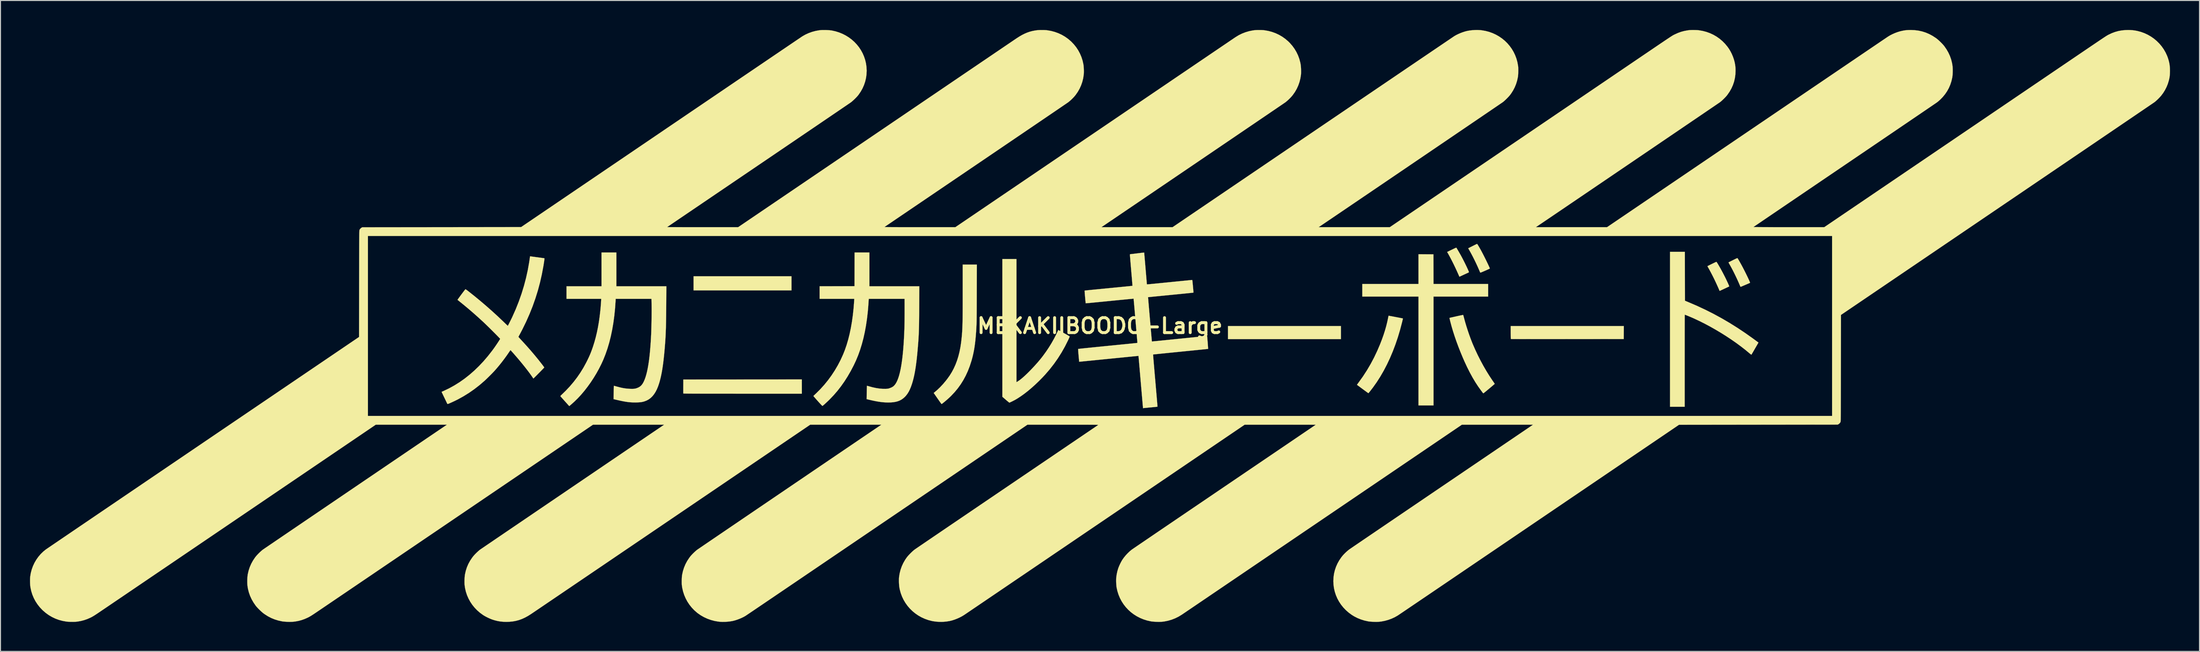
<source format=kicad_pcb>
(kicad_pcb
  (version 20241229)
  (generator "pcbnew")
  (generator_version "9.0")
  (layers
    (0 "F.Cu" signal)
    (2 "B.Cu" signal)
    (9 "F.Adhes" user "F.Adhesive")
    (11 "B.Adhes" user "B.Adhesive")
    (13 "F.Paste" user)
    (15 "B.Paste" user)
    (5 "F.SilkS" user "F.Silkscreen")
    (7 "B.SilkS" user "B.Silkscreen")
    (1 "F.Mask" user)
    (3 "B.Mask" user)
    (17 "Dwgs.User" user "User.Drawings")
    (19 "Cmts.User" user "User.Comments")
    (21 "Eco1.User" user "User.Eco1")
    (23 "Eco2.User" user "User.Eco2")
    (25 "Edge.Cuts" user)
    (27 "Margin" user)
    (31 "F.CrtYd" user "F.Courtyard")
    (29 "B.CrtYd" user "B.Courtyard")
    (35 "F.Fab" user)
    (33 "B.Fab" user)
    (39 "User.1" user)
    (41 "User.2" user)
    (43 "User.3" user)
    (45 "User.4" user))
  (footprint "MEKAKIIBOODO-Large"
    (layer "F.Cu")
    (at 108.791 30.121)
    (property "Reference" "MEKAKIIBOODO-Large" (at 0 0 0) (layer "F.SilkS") (effects (font (size 1.524 1.524) (thickness 0.3))))
    (attr through_hole)
    (fp_poly (pts (xy -31.36 -3.611) (xy -41.317 -3.611) (xy -41.317 -5.048) (xy -31.36 -5.048) (xy -31.36 -3.611)) (stroke (width 0.01) (type solid)) (fill yes) (layer "F.SilkS"))
    (fp_poly (pts (xy 24.506 1.35) (xy 13.024 1.35) (xy 13.024 0.018) (xy 24.506 0.018) (xy 24.506 1.35)) (stroke (width 0.01) (type solid)) (fill yes) (layer "F.SilkS"))
    (fp_poly (pts (xy 33.152 -7.288) (xy 33.91 -7.283) (xy 33.915 -5.772) (xy 33.919 -4.26) (xy 39.476 -4.26) (xy 39.476 -2.98) (xy 33.919 -2.98) (xy 33.919 8.099) (xy 32.394 8.099) (xy 32.394 -2.98) (xy 26.68 -2.98) (xy 26.68 -4.26) (xy 32.394 -4.26) (xy 32.394 -7.293) (xy 33.152 -7.288)) (stroke (width 0.01) (type solid)) (fill yes) (layer "F.SilkS"))
    (fp_poly (pts (xy 53.263 1.341) (xy 47.529 1.345) (xy 47.083 1.346) (xy 46.646 1.346) (xy 46.219 1.346) (xy 45.804 1.346) (xy 45.401 1.346) (xy 45.013 1.346) (xy 44.641 1.346) (xy 44.285 1.346) (xy 43.947 1.346) (xy 43.629 1.345) (xy 43.332 1.345) (xy 43.056 1.344) (xy 42.804 1.344) (xy 42.577 1.343) (xy 42.375 1.343) (xy 42.201 1.342) (xy 42.055 1.341) (xy 41.94 1.341) (xy 41.855 1.34) (xy 41.803 1.339) (xy 41.784 1.338) (xy 41.784 1.338) (xy 41.781 1.318) (xy 41.779 1.268) (xy 41.777 1.19) (xy 41.775 1.089) (xy 41.774 0.968) (xy 41.773 0.832) (xy 41.772 0.685) (xy 41.772 0.672) (xy 41.772 0.018) (xy 53.272 0.018) (xy 53.263 1.341)) (stroke (width 0.01) (type solid)) (fill yes) (layer "F.SilkS"))
    (fp_poly (pts (xy -30.308 6.907) (xy -36.33 6.907) (xy -36.895 6.907) (xy -37.425 6.906) (xy -37.922 6.906) (xy -38.387 6.906) (xy -38.82 6.906) (xy -39.224 6.906) (xy -39.597 6.905) (xy -39.943 6.905) (xy -40.26 6.904) (xy -40.552 6.904) (xy -40.817 6.903) (xy -41.058 6.902) (xy -41.274 6.902) (xy -41.468 6.901) (xy -41.64 6.9) (xy -41.791 6.899) (xy -41.922 6.898) (xy -42.034 6.896) (xy -42.128 6.895) (xy -42.204 6.893) (xy -42.264 6.892) (xy -42.309 6.89) (xy -42.339 6.888) (xy -42.356 6.886) (xy -42.36 6.885) (xy -42.362 6.863) (xy -42.363 6.81) (xy -42.365 6.729) (xy -42.365 6.626) (xy -42.365 6.502) (xy -42.365 6.363) (xy -42.365 6.212) (xy -42.364 6.162) (xy -42.36 5.46) (xy -36.334 5.456) (xy -30.308 5.452) (xy -30.308 6.907)) (stroke (width 0.01) (type solid)) (fill yes) (layer "F.SilkS"))
    (fp_poly (pts (xy 36.241 -7.956) (xy 36.255 -7.936) (xy 36.284 -7.89) (xy 36.324 -7.823) (xy 36.373 -7.739) (xy 36.429 -7.644) (xy 36.488 -7.542) (xy 36.548 -7.438) (xy 36.606 -7.337) (xy 36.66 -7.243) (xy 36.706 -7.161) (xy 36.715 -7.143) (xy 36.792 -7.002) (xy 36.871 -6.852) (xy 36.952 -6.695) (xy 37.033 -6.536) (xy 37.113 -6.376) (xy 37.189 -6.219) (xy 37.262 -6.069) (xy 37.328 -5.927) (xy 37.387 -5.799) (xy 37.438 -5.686) (xy 37.477 -5.592) (xy 37.505 -5.519) (xy 37.52 -5.472) (xy 37.52 -5.454) (xy 37.498 -5.441) (xy 37.452 -5.417) (xy 37.388 -5.386) (xy 37.329 -5.359) (xy 37.253 -5.324) (xy 37.155 -5.279) (xy 37.044 -5.228) (xy 36.931 -5.175) (xy 36.853 -5.14) (xy 36.553 -5) (xy 36.382 -5.388) (xy 36.259 -5.66) (xy 36.129 -5.939) (xy 35.994 -6.22) (xy 35.857 -6.497) (xy 35.721 -6.763) (xy 35.59 -7.013) (xy 35.466 -7.24) (xy 35.391 -7.373) (xy 35.305 -7.521) (xy 35.703 -7.715) (xy 35.851 -7.786) (xy 35.971 -7.844) (xy 36.064 -7.888) (xy 36.135 -7.92) (xy 36.185 -7.942) (xy 36.218 -7.954) (xy 36.236 -7.958) (xy 36.241 -7.956)) (stroke (width 0.01) (type solid)) (fill yes) (layer "F.SilkS"))
    (fp_poly (pts (xy 38.365 -8.328) (xy 38.396 -8.285) (xy 38.441 -8.216) (xy 38.497 -8.124) (xy 38.563 -8.012) (xy 38.637 -7.881) (xy 38.719 -7.736) (xy 38.794 -7.597) (xy 38.858 -7.477) (xy 38.928 -7.344) (xy 39.002 -7.199) (xy 39.079 -7.048) (xy 39.157 -6.892) (xy 39.235 -6.736) (xy 39.31 -6.582) (xy 39.381 -6.434) (xy 39.448 -6.295) (xy 39.507 -6.168) (xy 39.558 -6.057) (xy 39.599 -5.965) (xy 39.629 -5.895) (xy 39.645 -5.85) (xy 39.648 -5.835) (xy 39.631 -5.825) (xy 39.587 -5.803) (xy 39.52 -5.771) (xy 39.436 -5.733) (xy 39.34 -5.689) (xy 39.235 -5.643) (xy 39.128 -5.596) (xy 39.023 -5.551) (xy 38.925 -5.509) (xy 38.84 -5.473) (xy 38.771 -5.445) (xy 38.724 -5.428) (xy 38.709 -5.423) (xy 38.674 -5.424) (xy 38.658 -5.445) (xy 38.648 -5.471) (xy 38.626 -5.523) (xy 38.595 -5.597) (xy 38.556 -5.687) (xy 38.512 -5.787) (xy 38.5 -5.817) (xy 38.366 -6.118) (xy 38.223 -6.425) (xy 38.075 -6.73) (xy 37.926 -7.027) (xy 37.779 -7.307) (xy 37.639 -7.563) (xy 37.604 -7.625) (xy 37.448 -7.897) (xy 37.888 -8.12) (xy 38.003 -8.177) (xy 38.108 -8.23) (xy 38.199 -8.274) (xy 38.272 -8.309) (xy 38.323 -8.333) (xy 38.347 -8.343) (xy 38.348 -8.343) (xy 38.365 -8.328)) (stroke (width 0.01) (type solid)) (fill yes) (layer "F.SilkS"))
    (fp_poly (pts (xy 62.681 -6.512) (xy 62.699 -6.499) (xy 62.722 -6.472) (xy 62.755 -6.425) (xy 62.798 -6.356) (xy 62.855 -6.261) (xy 62.875 -6.228) (xy 63.103 -5.832) (xy 63.32 -5.432) (xy 63.529 -5.027) (xy 63.602 -4.88) (xy 63.673 -4.734) (xy 63.74 -4.592) (xy 63.803 -4.458) (xy 63.859 -4.335) (xy 63.907 -4.228) (xy 63.945 -4.138) (xy 63.972 -4.07) (xy 63.986 -4.028) (xy 63.987 -4.014) (xy 63.969 -4.004) (xy 63.924 -3.983) (xy 63.857 -3.951) (xy 63.773 -3.911) (xy 63.676 -3.865) (xy 63.571 -3.816) (xy 63.463 -3.766) (xy 63.357 -3.716) (xy 63.257 -3.67) (xy 63.169 -3.629) (xy 63.097 -3.596) (xy 63.045 -3.573) (xy 63.022 -3.563) (xy 63.003 -3.566) (xy 63 -3.573) (xy 62.993 -3.596) (xy 62.973 -3.647) (xy 62.941 -3.722) (xy 62.9 -3.817) (xy 62.851 -3.928) (xy 62.795 -4.052) (xy 62.735 -4.185) (xy 62.672 -4.322) (xy 62.608 -4.46) (xy 62.544 -4.595) (xy 62.533 -4.619) (xy 62.449 -4.795) (xy 62.354 -4.985) (xy 62.255 -5.181) (xy 62.153 -5.377) (xy 62.054 -5.564) (xy 61.961 -5.735) (xy 61.878 -5.882) (xy 61.872 -5.893) (xy 61.832 -5.962) (xy 61.8 -6.02) (xy 61.78 -6.059) (xy 61.773 -6.073) (xy 61.788 -6.083) (xy 61.83 -6.105) (xy 61.894 -6.138) (xy 61.975 -6.179) (xy 62.068 -6.225) (xy 62.168 -6.275) (xy 62.271 -6.325) (xy 62.372 -6.374) (xy 62.465 -6.419) (xy 62.547 -6.458) (xy 62.611 -6.488) (xy 62.654 -6.507) (xy 62.667 -6.512) (xy 62.681 -6.512)) (stroke (width 0.01) (type solid)) (fill yes) (layer "F.SilkS"))
    (fp_poly (pts (xy 64.828 -6.89) (xy 64.833 -6.886) (xy 64.851 -6.86) (xy 64.885 -6.807) (xy 64.93 -6.731) (xy 64.985 -6.637) (xy 65.047 -6.529) (xy 65.113 -6.41) (xy 65.183 -6.285) (xy 65.253 -6.158) (xy 65.32 -6.033) (xy 65.351 -5.975) (xy 65.424 -5.836) (xy 65.5 -5.688) (xy 65.578 -5.534) (xy 65.656 -5.378) (xy 65.732 -5.223) (xy 65.806 -5.071) (xy 65.875 -4.927) (xy 65.938 -4.792) (xy 65.993 -4.672) (xy 66.039 -4.568) (xy 66.075 -4.484) (xy 66.099 -4.423) (xy 66.109 -4.388) (xy 66.108 -4.382) (xy 66.088 -4.372) (xy 66.041 -4.35) (xy 65.972 -4.32) (xy 65.886 -4.282) (xy 65.787 -4.24) (xy 65.761 -4.229) (xy 65.649 -4.181) (xy 65.538 -4.134) (xy 65.435 -4.09) (xy 65.348 -4.053) (xy 65.285 -4.026) (xy 65.284 -4.025) (xy 65.22 -3.999) (xy 65.168 -3.981) (xy 65.138 -3.974) (xy 65.133 -3.976) (xy 65.124 -3.995) (xy 65.104 -4.041) (xy 65.075 -4.107) (xy 65.041 -4.188) (xy 65.026 -4.222) (xy 64.906 -4.499) (xy 64.776 -4.786) (xy 64.638 -5.078) (xy 64.497 -5.366) (xy 64.357 -5.644) (xy 64.22 -5.904) (xy 64.09 -6.14) (xy 64.069 -6.177) (xy 64.019 -6.265) (xy 63.976 -6.342) (xy 63.942 -6.404) (xy 63.921 -6.444) (xy 63.915 -6.459) (xy 63.932 -6.468) (xy 63.976 -6.491) (xy 64.043 -6.525) (xy 64.129 -6.568) (xy 64.231 -6.62) (xy 64.344 -6.676) (xy 64.365 -6.687) (xy 64.498 -6.753) (xy 64.604 -6.805) (xy 64.684 -6.843) (xy 64.744 -6.869) (xy 64.785 -6.885) (xy 64.812 -6.891) (xy 64.828 -6.89)) (stroke (width 0.01) (type solid)) (fill yes) (layer "F.SilkS"))
    (fp_poly (pts (xy 59.481 -5.047) (xy 59.486 -2.557) (xy 59.836 -2.412) (xy 60.702 -2.04) (xy 61.55 -1.644) (xy 62.381 -1.225) (xy 63.201 -0.779) (xy 64.01 -0.306) (xy 64.813 0.197) (xy 65.612 0.73) (xy 66.411 1.296) (xy 66.632 1.459) (xy 66.96 1.702) (xy 66.766 2.039) (xy 66.696 2.16) (xy 66.619 2.292) (xy 66.543 2.425) (xy 66.472 2.548) (xy 66.415 2.647) (xy 66.363 2.735) (xy 66.317 2.813) (xy 66.28 2.876) (xy 66.254 2.918) (xy 66.243 2.934) (xy 66.226 2.928) (xy 66.187 2.903) (xy 66.133 2.863) (xy 66.068 2.81) (xy 66.048 2.793) (xy 65.628 2.444) (xy 65.178 2.093) (xy 64.702 1.742) (xy 64.204 1.395) (xy 63.688 1.053) (xy 63.158 0.72) (xy 62.619 0.398) (xy 62.075 0.089) (xy 61.531 -0.203) (xy 60.989 -0.476) (xy 60.456 -0.727) (xy 60.31 -0.793) (xy 60.216 -0.834) (xy 60.111 -0.879) (xy 60 -0.926) (xy 59.888 -0.973) (xy 59.78 -1.018) (xy 59.68 -1.058) (xy 59.594 -1.093) (xy 59.527 -1.119) (xy 59.483 -1.135) (xy 59.468 -1.139) (xy 59.467 -1.122) (xy 59.467 -1.071) (xy 59.466 -0.988) (xy 59.465 -0.874) (xy 59.465 -0.731) (xy 59.464 -0.56) (xy 59.463 -0.362) (xy 59.463 -0.14) (xy 59.462 0.106) (xy 59.462 0.374) (xy 59.461 0.663) (xy 59.461 0.972) (xy 59.461 1.298) (xy 59.46 1.64) (xy 59.46 1.998) (xy 59.46 2.369) (xy 59.46 2.752) (xy 59.46 3.145) (xy 59.459 3.548) (xy 59.459 8.239) (xy 57.969 8.239) (xy 57.969 -7.538) (xy 59.477 -7.538) (xy 59.481 -5.047)) (stroke (width 0.01) (type solid)) (fill yes) (layer "F.SilkS"))
    (fp_poly (pts (xy 29.369 -1.028) (xy 29.417 -1.02) (xy 29.49 -1.007) (xy 29.585 -0.99) (xy 29.697 -0.969) (xy 29.822 -0.946) (xy 29.954 -0.92) (xy 30.091 -0.894) (xy 30.228 -0.868) (xy 30.359 -0.843) (xy 30.482 -0.819) (xy 30.591 -0.797) (xy 30.682 -0.779) (xy 30.752 -0.765) (xy 30.795 -0.755) (xy 30.807 -0.752) (xy 30.805 -0.733) (xy 30.796 -0.686) (xy 30.781 -0.615) (xy 30.76 -0.525) (xy 30.736 -0.422) (xy 30.729 -0.394) (xy 30.524 0.389) (xy 30.298 1.147) (xy 30.05 1.881) (xy 29.782 2.59) (xy 29.494 3.273) (xy 29.186 3.929) (xy 28.858 4.559) (xy 28.51 5.161) (xy 28.144 5.735) (xy 27.758 6.28) (xy 27.473 6.648) (xy 27.415 6.72) (xy 27.364 6.781) (xy 27.325 6.826) (xy 27.301 6.85) (xy 27.296 6.854) (xy 27.28 6.843) (xy 27.239 6.815) (xy 27.175 6.769) (xy 27.093 6.71) (xy 26.995 6.638) (xy 26.883 6.556) (xy 26.762 6.467) (xy 26.715 6.432) (xy 26.591 6.34) (xy 26.476 6.255) (xy 26.373 6.178) (xy 26.285 6.113) (xy 26.215 6.061) (xy 26.166 6.024) (xy 26.141 6.005) (xy 26.139 6.003) (xy 26.146 5.988) (xy 26.172 5.949) (xy 26.212 5.892) (xy 26.264 5.821) (xy 26.308 5.761) (xy 26.744 5.153) (xy 27.15 4.527) (xy 27.529 3.881) (xy 27.882 3.215) (xy 28.208 2.526) (xy 28.486 1.874) (xy 28.674 1.389) (xy 28.84 0.924) (xy 28.984 0.474) (xy 29.11 0.034) (xy 29.217 -0.4) (xy 29.284 -0.713) (xy 29.304 -0.812) (xy 29.322 -0.9) (xy 29.337 -0.969) (xy 29.347 -1.014) (xy 29.352 -1.03) (xy 29.369 -1.028)) (stroke (width 0.01) (type solid)) (fill yes) (layer "F.SilkS"))
    (fp_poly (pts (xy -8.484 5.731) (xy -8.392 5.677) (xy -8.244 5.582) (xy -8.077 5.458) (xy -7.893 5.308) (xy -7.693 5.132) (xy -7.479 4.932) (xy -7.251 4.709) (xy -7.01 4.463) (xy -6.759 4.197) (xy -6.672 4.102) (xy -6.498 3.91) (xy -6.343 3.736) (xy -6.203 3.572) (xy -6.07 3.412) (xy -5.94 3.25) (xy -5.807 3.078) (xy -5.753 3.006) (xy -5.46 2.601) (xy -5.179 2.179) (xy -4.914 1.748) (xy -4.67 1.314) (xy -4.45 0.886) (xy -4.357 0.688) (xy -4.235 0.422) (xy -4.155 0.467) (xy -4.12 0.486) (xy -4.059 0.52) (xy -3.976 0.565) (xy -3.876 0.621) (xy -3.762 0.683) (xy -3.64 0.75) (xy -3.579 0.784) (xy -3.458 0.851) (xy -3.347 0.913) (xy -3.251 0.969) (xy -3.171 1.015) (xy -3.113 1.05) (xy -3.08 1.072) (xy -3.074 1.078) (xy -3.079 1.099) (xy -3.097 1.147) (xy -3.126 1.217) (xy -3.164 1.304) (xy -3.21 1.403) (xy -3.232 1.452) (xy -3.55 2.088) (xy -3.896 2.703) (xy -4.271 3.298) (xy -4.674 3.872) (xy -5.105 4.425) (xy -5.566 4.959) (xy -5.828 5.241) (xy -6.197 5.616) (xy -6.567 5.97) (xy -6.935 6.302) (xy -7.299 6.61) (xy -7.658 6.891) (xy -8.009 7.145) (xy -8.351 7.37) (xy -8.563 7.498) (xy -8.63 7.535) (xy -8.712 7.579) (xy -8.802 7.626) (xy -8.895 7.673) (xy -8.985 7.718) (xy -9.068 7.757) (xy -9.136 7.789) (xy -9.184 7.81) (xy -9.207 7.817) (xy -9.226 7.806) (xy -9.267 7.775) (xy -9.328 7.726) (xy -9.403 7.664) (xy -9.49 7.591) (xy -9.575 7.518) (xy -9.922 7.219) (xy -9.922 -6.801) (xy -8.484 -6.801) (xy -8.484 5.731)) (stroke (width 0.01) (type solid)) (fill yes) (layer "F.SilkS"))
    (fp_poly (pts (xy 36.935 -1.109) (xy 36.943 -1.088) (xy 36.958 -1.039) (xy 36.978 -0.968) (xy 37.001 -0.881) (xy 37.021 -0.807) (xy 37.131 -0.399) (xy 37.257 0.024) (xy 37.394 0.454) (xy 37.539 0.881) (xy 37.69 1.296) (xy 37.842 1.69) (xy 37.908 1.851) (xy 38.151 2.409) (xy 38.413 2.968) (xy 38.692 3.52) (xy 38.984 4.062) (xy 39.287 4.586) (xy 39.598 5.088) (xy 39.913 5.562) (xy 40.02 5.715) (xy 40.067 5.783) (xy 40.106 5.842) (xy 40.132 5.884) (xy 40.142 5.903) (xy 40.142 5.903) (xy 40.129 5.917) (xy 40.093 5.951) (xy 40.036 6.001) (xy 39.962 6.064) (xy 39.875 6.139) (xy 39.777 6.222) (xy 39.673 6.309) (xy 39.566 6.4) (xy 39.458 6.489) (xy 39.355 6.576) (xy 39.258 6.656) (xy 39.171 6.727) (xy 39.098 6.786) (xy 39.042 6.831) (xy 39.007 6.858) (xy 38.996 6.864) (xy 38.969 6.859) (xy 38.948 6.839) (xy 38.93 6.814) (xy 38.894 6.767) (xy 38.846 6.702) (xy 38.789 6.627) (xy 38.747 6.571) (xy 38.458 6.169) (xy 38.172 5.731) (xy 37.891 5.259) (xy 37.615 4.753) (xy 37.342 4.211) (xy 37.074 3.636) (xy 36.891 3.217) (xy 36.664 2.671) (xy 36.451 2.129) (xy 36.253 1.594) (xy 36.072 1.07) (xy 35.908 0.561) (xy 35.763 0.072) (xy 35.639 -0.395) (xy 35.63 -0.429) (xy 35.605 -0.532) (xy 35.582 -0.624) (xy 35.564 -0.7) (xy 35.552 -0.754) (xy 35.546 -0.779) (xy 35.548 -0.799) (xy 35.567 -0.814) (xy 35.61 -0.827) (xy 35.646 -0.835) (xy 35.688 -0.844) (xy 35.76 -0.86) (xy 35.856 -0.881) (xy 35.971 -0.907) (xy 36.101 -0.936) (xy 36.241 -0.968) (xy 36.337 -0.99) (xy 36.476 -1.02) (xy 36.603 -1.048) (xy 36.715 -1.071) (xy 36.808 -1.09) (xy 36.879 -1.103) (xy 36.922 -1.109) (xy 36.935 -1.109)) (stroke (width 0.01) (type solid)) (fill yes) (layer "F.SilkS"))
    (fp_poly (pts (xy -12.521 -3.326) (xy -12.522 -2.94) (xy -12.523 -2.588) (xy -12.524 -2.266) (xy -12.525 -1.973) (xy -12.526 -1.707) (xy -12.527 -1.465) (xy -12.529 -1.246) (xy -12.531 -1.048) (xy -12.533 -0.868) (xy -12.535 -0.705) (xy -12.537 -0.556) (xy -12.54 -0.42) (xy -12.544 -0.293) (xy -12.548 -0.175) (xy -12.552 -0.063) (xy -12.557 0.045) (xy -12.562 0.151) (xy -12.568 0.257) (xy -12.575 0.365) (xy -12.582 0.478) (xy -12.59 0.597) (xy -12.596 0.675) (xy -12.628 1.097) (xy -12.666 1.489) (xy -12.709 1.855) (xy -12.758 2.201) (xy -12.814 2.529) (xy -12.879 2.846) (xy -12.951 3.155) (xy -13.033 3.462) (xy -13.069 3.585) (xy -13.238 4.105) (xy -13.43 4.6) (xy -13.646 5.071) (xy -13.887 5.519) (xy -14.153 5.946) (xy -14.446 6.353) (xy -14.767 6.741) (xy -15.116 7.114) (xy -15.226 7.222) (xy -15.314 7.305) (xy -15.41 7.393) (xy -15.513 7.485) (xy -15.617 7.576) (xy -15.721 7.664) (xy -15.819 7.746) (xy -15.908 7.819) (xy -15.985 7.88) (xy -16.046 7.925) (xy -16.088 7.952) (xy -16.104 7.958) (xy -16.117 7.944) (xy -16.148 7.905) (xy -16.194 7.842) (xy -16.253 7.76) (xy -16.323 7.661) (xy -16.402 7.549) (xy -16.487 7.427) (xy -16.511 7.394) (xy -16.902 6.829) (xy -16.834 6.776) (xy -16.539 6.524) (xy -16.244 6.241) (xy -15.952 5.928) (xy -15.666 5.587) (xy -15.513 5.39) (xy -15.27 5.049) (xy -15.051 4.694) (xy -14.855 4.324) (xy -14.68 3.936) (xy -14.526 3.529) (xy -14.393 3.101) (xy -14.279 2.651) (xy -14.185 2.175) (xy -14.109 1.672) (xy -14.051 1.141) (xy -14.051 1.139) (xy -14.039 1.006) (xy -14.028 0.876) (xy -14.018 0.749) (xy -14.009 0.622) (xy -14.001 0.494) (xy -13.994 0.362) (xy -13.987 0.224) (xy -13.982 0.079) (xy -13.976 -0.076) (xy -13.972 -0.242) (xy -13.968 -0.421) (xy -13.965 -0.616) (xy -13.962 -0.828) (xy -13.96 -1.059) (xy -13.958 -1.311) (xy -13.956 -1.587) (xy -13.955 -1.888) (xy -13.954 -2.216) (xy -13.954 -2.572) (xy -13.954 -2.96) (xy -13.954 -3.381) (xy -13.954 -3.414) (xy -13.953 -6.24) (xy -12.514 -6.24) (xy -12.521 -3.326)) (stroke (width 0.01) (type solid)) (fill yes) (layer "F.SilkS"))
    (fp_poly (pts (xy -23.437 -4.032) (xy -18.366 -4.032) (xy -18.376 -1.994) (xy -18.378 -1.617) (xy -18.38 -1.273) (xy -18.383 -0.959) (xy -18.386 -0.67) (xy -18.389 -0.406) (xy -18.392 -0.163) (xy -18.397 0.063) (xy -18.402 0.272) (xy -18.408 0.47) (xy -18.414 0.657) (xy -18.422 0.838) (xy -18.431 1.014) (xy -18.441 1.189) (xy -18.452 1.366) (xy -18.464 1.546) (xy -18.478 1.734) (xy -18.494 1.932) (xy -18.511 2.143) (xy -18.512 2.156) (xy -18.552 2.619) (xy -18.593 3.048) (xy -18.636 3.448) (xy -18.682 3.819) (xy -18.729 4.165) (xy -18.78 4.487) (xy -18.833 4.789) (xy -18.89 5.071) (xy -18.952 5.338) (xy -19.017 5.59) (xy -19.087 5.831) (xy -19.117 5.925) (xy -19.219 6.217) (xy -19.328 6.477) (xy -19.444 6.708) (xy -19.571 6.912) (xy -19.708 7.093) (xy -19.834 7.231) (xy -19.996 7.376) (xy -20.166 7.497) (xy -20.349 7.597) (xy -20.546 7.675) (xy -20.763 7.733) (xy -21.002 7.773) (xy -21.266 7.795) (xy -21.511 7.8) (xy -21.726 7.797) (xy -21.942 7.785) (xy -22.162 7.765) (xy -22.39 7.737) (xy -22.632 7.698) (xy -22.891 7.65) (xy -23.172 7.59) (xy -23.481 7.518) (xy -23.592 7.491) (xy -23.722 7.46) (xy -23.709 6.784) (xy -23.706 6.634) (xy -23.703 6.495) (xy -23.7 6.371) (xy -23.697 6.266) (xy -23.694 6.184) (xy -23.691 6.128) (xy -23.689 6.103) (xy -23.689 6.102) (xy -23.671 6.104) (xy -23.626 6.114) (xy -23.562 6.132) (xy -23.503 6.149) (xy -23.132 6.251) (xy -22.771 6.329) (xy -22.425 6.382) (xy -22.096 6.41) (xy -21.802 6.412) (xy -21.697 6.408) (xy -21.617 6.402) (xy -21.551 6.393) (xy -21.491 6.38) (xy -21.425 6.36) (xy -21.386 6.347) (xy -21.23 6.288) (xy -21.103 6.224) (xy -20.997 6.15) (xy -20.907 6.065) (xy -20.797 5.928) (xy -20.694 5.759) (xy -20.597 5.557) (xy -20.506 5.323) (xy -20.421 5.057) (xy -20.342 4.758) (xy -20.268 4.425) (xy -20.201 4.06) (xy -20.14 3.661) (xy -20.084 3.228) (xy -20.034 2.762) (xy -19.989 2.262) (xy -19.951 1.727) (xy -19.923 1.253) (xy -19.911 1.02) (xy -19.9 0.792) (xy -19.891 0.565) (xy -19.883 0.336) (xy -19.876 0.103) (xy -19.871 -0.14) (xy -19.866 -0.395) (xy -19.863 -0.666) (xy -19.861 -0.955) (xy -19.859 -1.268) (xy -19.859 -1.607) (xy -19.859 -1.976) (xy -19.859 -2.187) (xy -19.861 -2.752) (xy -23.504 -2.752) (xy -23.515 -2.581) (xy -23.532 -2.336) (xy -23.548 -2.104) (xy -23.564 -1.891) (xy -23.58 -1.701) (xy -23.594 -1.537) (xy -23.604 -1.429) (xy -23.686 -0.716) (xy -23.787 -0.033) (xy -23.907 0.623) (xy -24.046 1.252) (xy -24.205 1.855) (xy -24.383 2.433) (xy -24.581 2.987) (xy -24.8 3.518) (xy -25.035 4.019) (xy -25.338 4.598) (xy -25.654 5.146) (xy -25.984 5.664) (xy -26.33 6.155) (xy -26.692 6.62) (xy -27.073 7.061) (xy -27.473 7.48) (xy -27.549 7.556) (xy -27.644 7.647) (xy -27.743 7.741) (xy -27.843 7.834) (xy -27.939 7.922) (xy -28.027 8.001) (xy -28.104 8.068) (xy -28.165 8.119) (xy -28.206 8.15) (xy -28.214 8.155) (xy -28.229 8.145) (xy -28.265 8.111) (xy -28.319 8.056) (xy -28.388 7.984) (xy -28.47 7.896) (xy -28.562 7.796) (xy -28.661 7.686) (xy -28.684 7.66) (xy -28.784 7.547) (xy -28.877 7.443) (xy -28.958 7.349) (xy -29.027 7.269) (xy -29.081 7.206) (xy -29.116 7.162) (xy -29.131 7.141) (xy -29.132 7.14) (xy -29.118 7.124) (xy -29.082 7.088) (xy -29.029 7.036) (xy -28.961 6.971) (xy -28.883 6.897) (xy -28.854 6.87) (xy -28.434 6.452) (xy -28.032 6.007) (xy -27.65 5.537) (xy -27.29 5.044) (xy -26.955 4.533) (xy -26.646 4.005) (xy -26.365 3.465) (xy -26.115 2.915) (xy -25.937 2.469) (xy -25.758 1.951) (xy -25.597 1.403) (xy -25.452 0.825) (xy -25.325 0.219) (xy -25.215 -0.417) (xy -25.123 -1.08) (xy -25.049 -1.77) (xy -24.992 -2.488) (xy -24.987 -2.564) (xy -24.975 -2.752) (xy -28.503 -2.752) (xy -28.503 -4.032) (xy -26.728 -4.036) (xy -24.953 -4.041) (xy -24.949 -5.754) (xy -24.944 -7.467) (xy -23.437 -7.467) (xy -23.437 -4.032)) (stroke (width 0.01) (type solid)) (fill yes) (layer "F.SilkS"))
    (fp_poly (pts (xy -49.17 -4.032) (xy -44.085 -4.032) (xy -44.095 -2.485) (xy -44.098 -2.066) (xy -44.101 -1.68) (xy -44.105 -1.324) (xy -44.108 -0.995) (xy -44.113 -0.691) (xy -44.117 -0.409) (xy -44.123 -0.148) (xy -44.128 0.097) (xy -44.135 0.327) (xy -44.143 0.544) (xy -44.151 0.752) (xy -44.16 0.953) (xy -44.171 1.149) (xy -44.182 1.343) (xy -44.195 1.538) (xy -44.209 1.735) (xy -44.225 1.938) (xy -44.236 2.086) (xy -44.276 2.558) (xy -44.318 2.997) (xy -44.362 3.405) (xy -44.407 3.786) (xy -44.456 4.14) (xy -44.507 4.471) (xy -44.562 4.781) (xy -44.62 5.071) (xy -44.683 5.345) (xy -44.75 5.605) (xy -44.815 5.831) (xy -44.926 6.16) (xy -45.049 6.458) (xy -45.185 6.723) (xy -45.335 6.957) (xy -45.498 7.161) (xy -45.676 7.335) (xy -45.869 7.479) (xy -46.077 7.595) (xy -46.3 7.682) (xy -46.306 7.684) (xy -46.424 7.718) (xy -46.537 7.745) (xy -46.654 7.765) (xy -46.783 7.779) (xy -46.93 7.789) (xy -47.103 7.795) (xy -47.134 7.796) (xy -47.337 7.798) (xy -47.532 7.793) (xy -47.727 7.782) (xy -47.924 7.764) (xy -48.13 7.737) (xy -48.349 7.701) (xy -48.586 7.656) (xy -48.847 7.601) (xy -49.135 7.535) (xy -49.14 7.534) (xy -49.452 7.461) (xy -49.44 6.785) (xy -49.437 6.635) (xy -49.434 6.495) (xy -49.431 6.372) (xy -49.429 6.267) (xy -49.426 6.184) (xy -49.424 6.129) (xy -49.423 6.104) (xy -49.422 6.103) (xy -49.405 6.105) (xy -49.359 6.116) (xy -49.291 6.134) (xy -49.206 6.157) (xy -49.139 6.176) (xy -48.858 6.251) (xy -48.6 6.311) (xy -48.355 6.355) (xy -48.117 6.386) (xy -47.876 6.405) (xy -47.758 6.41) (xy -47.603 6.414) (xy -47.475 6.412) (xy -47.367 6.405) (xy -47.271 6.39) (xy -47.18 6.369) (xy -47.094 6.342) (xy -46.931 6.276) (xy -46.79 6.195) (xy -46.668 6.096) (xy -46.56 5.974) (xy -46.461 5.825) (xy -46.373 5.655) (xy -46.282 5.443) (xy -46.197 5.202) (xy -46.118 4.933) (xy -46.044 4.634) (xy -45.976 4.305) (xy -45.913 3.947) (xy -45.855 3.557) (xy -45.803 3.135) (xy -45.756 2.682) (xy -45.714 2.195) (xy -45.676 1.676) (xy -45.644 1.122) (xy -45.629 0.824) (xy -45.621 0.628) (xy -45.614 0.404) (xy -45.607 0.159) (xy -45.6 -0.102) (xy -45.595 -0.373) (xy -45.59 -0.649) (xy -45.586 -0.924) (xy -45.584 -1.192) (xy -45.582 -1.448) (xy -45.582 -1.685) (xy -45.583 -1.899) (xy -45.585 -2.082) (xy -45.598 -2.752) (xy -49.236 -2.752) (xy -49.248 -2.537) (xy -49.302 -1.77) (xy -49.377 -1.026) (xy -49.474 -0.308) (xy -49.592 0.385) (xy -49.731 1.052) (xy -49.891 1.692) (xy -50.073 2.306) (xy -50.276 2.893) (xy -50.499 3.453) (xy -50.692 3.878) (xy -50.935 4.361) (xy -51.199 4.837) (xy -51.482 5.304) (xy -51.781 5.758) (xy -52.094 6.194) (xy -52.417 6.611) (xy -52.748 7.003) (xy -53.085 7.367) (xy -53.415 7.691) (xy -53.49 7.76) (xy -53.571 7.833) (xy -53.654 7.907) (xy -53.735 7.979) (xy -53.809 8.044) (xy -53.873 8.099) (xy -53.922 8.14) (xy -53.951 8.163) (xy -53.959 8.168) (xy -53.971 8.155) (xy -54.004 8.118) (xy -54.056 8.062) (xy -54.123 7.988) (xy -54.203 7.899) (xy -54.293 7.798) (xy -54.391 7.689) (xy -54.402 7.676) (xy -54.502 7.565) (xy -54.594 7.461) (xy -54.677 7.368) (xy -54.747 7.289) (xy -54.802 7.227) (xy -54.839 7.184) (xy -54.855 7.164) (xy -54.856 7.164) (xy -54.854 7.142) (xy -54.828 7.105) (xy -54.775 7.051) (xy -54.759 7.037) (xy -54.312 6.602) (xy -53.897 6.16) (xy -53.512 5.707) (xy -53.156 5.241) (xy -52.824 4.758) (xy -52.516 4.256) (xy -52.23 3.731) (xy -52.091 3.453) (xy -51.967 3.193) (xy -51.858 2.948) (xy -51.758 2.704) (xy -51.663 2.452) (xy -51.567 2.179) (xy -51.544 2.112) (xy -51.397 1.645) (xy -51.265 1.166) (xy -51.147 0.672) (xy -51.042 0.16) (xy -50.95 -0.373) (xy -50.87 -0.933) (xy -50.802 -1.521) (xy -50.783 -1.709) (xy -50.774 -1.805) (xy -50.764 -1.917) (xy -50.755 -2.04) (xy -50.745 -2.168) (xy -50.735 -2.294) (xy -50.727 -2.413) (xy -50.72 -2.517) (xy -50.715 -2.602) (xy -50.713 -2.661) (xy -50.712 -2.678) (xy -50.712 -2.752) (xy -54.236 -2.752) (xy -54.236 -4.032) (xy -50.677 -4.032) (xy -50.677 -7.467) (xy -49.17 -7.467) (xy -49.17 -4.032)) (stroke (width 0.01) (type solid)) (fill yes) (layer "F.SilkS"))
    (fp_poly (pts (xy -57.901 -7.075) (xy -57.874 -7.071) (xy -57.816 -7.062) (xy -57.732 -7.051) (xy -57.625 -7.036) (xy -57.499 -7.019) (xy -57.359 -7) (xy -57.208 -6.98) (xy -57.172 -6.976) (xy -57.021 -6.955) (xy -56.882 -6.936) (xy -56.757 -6.919) (xy -56.651 -6.904) (xy -56.567 -6.892) (xy -56.51 -6.883) (xy -56.482 -6.878) (xy -56.48 -6.878) (xy -56.478 -6.856) (xy -56.482 -6.803) (xy -56.492 -6.721) (xy -56.506 -6.612) (xy -56.525 -6.48) (xy -56.549 -6.327) (xy -56.576 -6.156) (xy -56.587 -6.091) (xy -56.744 -5.251) (xy -56.931 -4.423) (xy -57.149 -3.606) (xy -57.4 -2.799) (xy -57.682 -2) (xy -57.998 -1.207) (xy -58.347 -0.419) (xy -58.73 0.367) (xy -58.972 0.828) (xy -59.129 1.122) (xy -59.08 1.18) (xy -59.054 1.21) (xy -59.008 1.26) (xy -58.947 1.328) (xy -58.873 1.408) (xy -58.792 1.496) (xy -58.739 1.553) (xy -58.297 2.038) (xy -57.88 2.511) (xy -57.484 2.978) (xy -57.104 3.442) (xy -56.736 3.911) (xy -56.666 4.002) (xy -56.609 4.079) (xy -56.56 4.146) (xy -56.524 4.199) (xy -56.503 4.232) (xy -56.5 4.241) (xy -56.514 4.257) (xy -56.549 4.294) (xy -56.602 4.35) (xy -56.67 4.421) (xy -56.751 4.504) (xy -56.842 4.597) (xy -56.939 4.696) (xy -57.039 4.797) (xy -57.14 4.899) (xy -57.238 4.999) (xy -57.331 5.092) (xy -57.415 5.176) (xy -57.487 5.248) (xy -57.545 5.305) (xy -57.586 5.344) (xy -57.606 5.362) (xy -57.607 5.362) (xy -57.619 5.345) (xy -57.645 5.307) (xy -57.681 5.254) (xy -57.689 5.241) (xy -57.805 5.073) (xy -57.941 4.882) (xy -58.096 4.673) (xy -58.267 4.449) (xy -58.45 4.214) (xy -58.644 3.972) (xy -58.844 3.726) (xy -59.049 3.48) (xy -59.116 3.401) (xy -59.214 3.285) (xy -59.315 3.167) (xy -59.417 3.05) (xy -59.516 2.935) (xy -59.611 2.826) (xy -59.699 2.727) (xy -59.776 2.64) (xy -59.841 2.567) (xy -59.891 2.513) (xy -59.922 2.481) (xy -59.933 2.472) (xy -59.947 2.485) (xy -59.975 2.523) (xy -60.016 2.58) (xy -60.064 2.651) (xy -60.082 2.678) (xy -60.308 3.008) (xy -60.555 3.348) (xy -60.815 3.69) (xy -61.081 4.024) (xy -61.347 4.341) (xy -61.546 4.566) (xy -61.63 4.658) (xy -61.735 4.768) (xy -61.854 4.891) (xy -61.983 5.021) (xy -62.116 5.154) (xy -62.248 5.284) (xy -62.373 5.405) (xy -62.486 5.512) (xy -62.571 5.591) (xy -63.082 6.031) (xy -63.611 6.442) (xy -64.156 6.823) (xy -64.718 7.172) (xy -65.296 7.491) (xy -65.306 7.495) (xy -65.41 7.548) (xy -65.527 7.605) (xy -65.651 7.665) (xy -65.777 7.724) (xy -65.901 7.781) (xy -66.017 7.834) (xy -66.121 7.879) (xy -66.207 7.915) (xy -66.27 7.94) (xy -66.301 7.95) (xy -66.324 7.954) (xy -66.342 7.948) (xy -66.361 7.927) (xy -66.383 7.885) (xy -66.416 7.817) (xy -66.417 7.816) (xy -66.447 7.751) (xy -66.489 7.663) (xy -66.538 7.56) (xy -66.59 7.452) (xy -66.629 7.371) (xy -66.682 7.261) (xy -66.737 7.148) (xy -66.788 7.04) (xy -66.833 6.947) (xy -66.857 6.896) (xy -66.94 6.719) (xy -66.71 6.617) (xy -66.162 6.354) (xy -65.627 6.058) (xy -65.103 5.729) (xy -64.592 5.369) (xy -64.094 4.975) (xy -63.609 4.551) (xy -63.137 4.094) (xy -62.678 3.606) (xy -62.234 3.087) (xy -61.803 2.536) (xy -61.634 2.306) (xy -61.571 2.218) (xy -61.502 2.118) (xy -61.427 2.01) (xy -61.351 1.898) (xy -61.276 1.786) (xy -61.204 1.677) (xy -61.138 1.576) (xy -61.081 1.486) (xy -61.034 1.413) (xy -61.002 1.358) (xy -60.986 1.327) (xy -60.985 1.323) (xy -60.997 1.305) (xy -61.032 1.266) (xy -61.087 1.207) (xy -61.16 1.13) (xy -61.249 1.038) (xy -61.351 0.934) (xy -61.464 0.819) (xy -61.586 0.697) (xy -61.714 0.569) (xy -61.846 0.437) (xy -61.979 0.305) (xy -62.111 0.174) (xy -62.24 0.048) (xy -62.364 -0.073) (xy -62.479 -0.185) (xy -62.585 -0.286) (xy -62.677 -0.374) (xy -62.729 -0.422) (xy -63.221 -0.872) (xy -63.7 -1.298) (xy -64.172 -1.705) (xy -64.644 -2.1) (xy -65.025 -2.409) (xy -65.11 -2.478) (xy -65.187 -2.539) (xy -65.249 -2.59) (xy -65.294 -2.626) (xy -65.317 -2.645) (xy -65.319 -2.646) (xy -65.312 -2.662) (xy -65.286 -2.702) (xy -65.244 -2.762) (xy -65.189 -2.839) (xy -65.124 -2.929) (xy -65.051 -3.028) (xy -64.974 -3.133) (xy -64.895 -3.239) (xy -64.816 -3.344) (xy -64.742 -3.443) (xy -64.673 -3.533) (xy -64.614 -3.609) (xy -64.566 -3.669) (xy -64.533 -3.709) (xy -64.519 -3.723) (xy -64.5 -3.721) (xy -64.461 -3.699) (xy -64.4 -3.659) (xy -64.316 -3.597) (xy -64.207 -3.513) (xy -64.2 -3.507) (xy -63.594 -3.026) (xy -62.989 -2.527) (xy -62.39 -2.016) (xy -61.804 -1.498) (xy -61.236 -0.979) (xy -60.693 -0.464) (xy -60.542 -0.317) (xy -60.454 -0.232) (xy -60.374 -0.155) (xy -60.306 -0.091) (xy -60.253 -0.041) (xy -60.219 -0.011) (xy -60.206 -0.002) (xy -60.193 -0.024) (xy -60.166 -0.073) (xy -60.129 -0.144) (xy -60.083 -0.233) (xy -60.032 -0.334) (xy -59.977 -0.443) (xy -59.921 -0.555) (xy -59.867 -0.665) (xy -59.816 -0.769) (xy -59.771 -0.862) (xy -59.748 -0.912) (xy -59.402 -1.688) (xy -59.09 -2.474) (xy -58.81 -3.268) (xy -58.564 -4.07) (xy -58.351 -4.878) (xy -58.172 -5.69) (xy -58.028 -6.506) (xy -57.977 -6.859) (xy -57.946 -7.083) (xy -57.901 -7.075)) (stroke (width 0.01) (type solid)) (fill yes) (layer "F.SilkS"))
    (fp_poly (pts (xy 4.499 -7.462) (xy 4.501 -7.444) (xy 4.506 -7.394) (xy 4.513 -7.314) (xy 4.522 -7.206) (xy 4.534 -7.073) (xy 4.547 -6.918) (xy 4.563 -6.742) (xy 4.579 -6.548) (xy 4.597 -6.338) (xy 4.616 -6.116) (xy 4.636 -5.883) (xy 4.639 -5.841) (xy 4.776 -4.225) (xy 4.838 -4.225) (xy 4.862 -4.227) (xy 4.92 -4.232) (xy 5.008 -4.24) (xy 5.125 -4.251) (xy 5.268 -4.265) (xy 5.435 -4.281) (xy 5.625 -4.3) (xy 5.834 -4.32) (xy 6.061 -4.343) (xy 6.304 -4.367) (xy 6.56 -4.392) (xy 6.827 -4.419) (xy 7.104 -4.446) (xy 7.143 -4.45) (xy 7.42 -4.478) (xy 7.687 -4.505) (xy 7.942 -4.53) (xy 8.184 -4.554) (xy 8.409 -4.577) (xy 8.616 -4.597) (xy 8.804 -4.616) (xy 8.969 -4.632) (xy 9.11 -4.646) (xy 9.224 -4.657) (xy 9.311 -4.665) (xy 9.367 -4.67) (xy 9.39 -4.672) (xy 9.391 -4.672) (xy 9.395 -4.654) (xy 9.401 -4.606) (xy 9.409 -4.532) (xy 9.419 -4.437) (xy 9.43 -4.327) (xy 9.442 -4.205) (xy 9.454 -4.077) (xy 9.466 -3.947) (xy 9.478 -3.82) (xy 9.488 -3.701) (xy 9.497 -3.594) (xy 9.505 -3.505) (xy 9.509 -3.438) (xy 9.511 -3.397) (xy 9.511 -3.387) (xy 9.505 -3.385) (xy 9.492 -3.382) (xy 9.468 -3.379) (xy 9.434 -3.374) (xy 9.387 -3.369) (xy 9.326 -3.362) (xy 9.25 -3.353) (xy 9.157 -3.343) (xy 9.045 -3.332) (xy 8.914 -3.318) (xy 8.762 -3.303) (xy 8.587 -3.285) (xy 8.388 -3.265) (xy 8.164 -3.243) (xy 7.913 -3.218) (xy 7.633 -3.191) (xy 7.324 -3.16) (xy 6.983 -3.126) (xy 6.61 -3.09) (xy 6.381 -3.067) (xy 6.157 -3.045) (xy 5.943 -3.024) (xy 5.741 -3.004) (xy 5.555 -2.986) (xy 5.387 -2.969) (xy 5.24 -2.954) (xy 5.115 -2.941) (xy 5.016 -2.931) (xy 4.944 -2.924) (xy 4.903 -2.919) (xy 4.894 -2.918) (xy 4.895 -2.901) (xy 4.899 -2.851) (xy 4.906 -2.771) (xy 4.915 -2.664) (xy 4.926 -2.532) (xy 4.939 -2.378) (xy 4.953 -2.203) (xy 4.97 -2.012) (xy 4.987 -1.805) (xy 5.006 -1.587) (xy 5.026 -1.358) (xy 5.046 -1.123) (xy 5.067 -0.882) (xy 5.088 -0.639) (xy 5.109 -0.397) (xy 5.13 -0.157) (xy 5.15 0.077) (xy 5.17 0.304) (xy 5.189 0.521) (xy 5.207 0.724) (xy 5.223 0.912) (xy 5.238 1.083) (xy 5.252 1.233) (xy 5.263 1.36) (xy 5.272 1.462) (xy 5.279 1.536) (xy 5.283 1.579) (xy 5.285 1.591) (xy 5.302 1.59) (xy 5.352 1.585) (xy 5.43 1.578) (xy 5.533 1.568) (xy 5.66 1.556) (xy 5.806 1.542) (xy 5.969 1.526) (xy 6.145 1.508) (xy 6.321 1.49) (xy 6.563 1.466) (xy 6.838 1.438) (xy 7.142 1.407) (xy 7.472 1.374) (xy 7.826 1.338) (xy 8.201 1.3) (xy 8.594 1.26) (xy 9.001 1.219) (xy 9.421 1.177) (xy 9.85 1.134) (xy 10.286 1.09) (xy 10.513 1.067) (xy 10.624 1.056) (xy 10.723 1.048) (xy 10.805 1.042) (xy 10.864 1.04) (xy 10.895 1.04) (xy 10.899 1.041) (xy 10.902 1.061) (xy 10.908 1.11) (xy 10.915 1.185) (xy 10.924 1.28) (xy 10.933 1.392) (xy 10.943 1.514) (xy 10.953 1.644) (xy 10.963 1.775) (xy 10.973 1.903) (xy 10.981 2.023) (xy 10.989 2.132) (xy 10.994 2.222) (xy 10.998 2.292) (xy 11 2.334) (xy 10.999 2.346) (xy 10.981 2.348) (xy 10.931 2.354) (xy 10.849 2.362) (xy 10.738 2.374) (xy 10.599 2.388) (xy 10.435 2.405) (xy 10.246 2.424) (xy 10.036 2.446) (xy 9.806 2.469) (xy 9.558 2.494) (xy 9.293 2.521) (xy 9.014 2.549) (xy 8.722 2.578) (xy 8.419 2.608) (xy 8.203 2.63) (xy 7.894 2.661) (xy 7.594 2.691) (xy 7.306 2.72) (xy 7.031 2.747) (xy 6.771 2.774) (xy 6.528 2.798) (xy 6.303 2.821) (xy 6.099 2.842) (xy 5.918 2.861) (xy 5.761 2.877) (xy 5.63 2.89) (xy 5.528 2.901) (xy 5.455 2.909) (xy 5.414 2.914) (xy 5.405 2.916) (xy 5.406 2.934) (xy 5.409 2.985) (xy 5.415 3.067) (xy 5.424 3.178) (xy 5.436 3.317) (xy 5.449 3.481) (xy 5.465 3.668) (xy 5.483 3.878) (xy 5.502 4.106) (xy 5.523 4.353) (xy 5.546 4.616) (xy 5.569 4.892) (xy 5.594 5.18) (xy 5.62 5.479) (xy 5.629 5.573) (xy 5.655 5.874) (xy 5.68 6.166) (xy 5.704 6.446) (xy 5.727 6.713) (xy 5.749 6.965) (xy 5.769 7.199) (xy 5.787 7.414) (xy 5.803 7.609) (xy 5.818 7.78) (xy 5.83 7.927) (xy 5.84 8.046) (xy 5.847 8.138) (xy 5.851 8.198) (xy 5.853 8.227) (xy 5.853 8.228) (xy 5.834 8.231) (xy 5.785 8.237) (xy 5.708 8.246) (xy 5.608 8.256) (xy 5.489 8.268) (xy 5.353 8.282) (xy 5.206 8.296) (xy 5.18 8.298) (xy 5.028 8.313) (xy 4.885 8.327) (xy 4.755 8.34) (xy 4.642 8.351) (xy 4.551 8.36) (xy 4.486 8.367) (xy 4.451 8.372) (xy 4.449 8.372) (xy 4.385 8.382) (xy 4.375 8.288) (xy 4.372 8.26) (xy 4.366 8.199) (xy 4.358 8.107) (xy 4.348 7.987) (xy 4.335 7.839) (xy 4.32 7.666) (xy 4.303 7.471) (xy 4.285 7.255) (xy 4.264 7.021) (xy 4.243 6.769) (xy 4.22 6.503) (xy 4.196 6.224) (xy 4.171 5.935) (xy 4.146 5.637) (xy 4.145 5.628) (xy 4.12 5.332) (xy 4.095 5.045) (xy 4.072 4.769) (xy 4.049 4.508) (xy 4.028 4.261) (xy 4.008 4.032) (xy 3.99 3.823) (xy 3.974 3.634) (xy 3.959 3.469) (xy 3.947 3.329) (xy 3.937 3.216) (xy 3.929 3.131) (xy 3.924 3.078) (xy 3.922 3.058) (xy 3.922 3.058) (xy 3.904 3.059) (xy 3.854 3.064) (xy 3.772 3.071) (xy 3.66 3.082) (xy 3.521 3.096) (xy 3.356 3.112) (xy 3.167 3.13) (xy 2.956 3.151) (xy 2.724 3.174) (xy 2.473 3.199) (xy 2.206 3.226) (xy 1.923 3.254) (xy 1.628 3.283) (xy 1.32 3.314) (xy 1.004 3.345) (xy 0.973 3.349) (xy 0.654 3.38) (xy 0.344 3.411) (xy 0.044 3.441) (xy -0.242 3.47) (xy -0.515 3.497) (xy -0.771 3.523) (xy -1.01 3.547) (xy -1.228 3.568) (xy -1.424 3.588) (xy -1.597 3.605) (xy -1.744 3.62) (xy -1.864 3.632) (xy -1.955 3.64) (xy -2.015 3.646) (xy -2.042 3.649) (xy -2.042 3.649) (xy -2.112 3.655) (xy -2.17 3.008) (xy -2.183 2.862) (xy -2.194 2.726) (xy -2.204 2.605) (xy -2.21 2.503) (xy -2.215 2.424) (xy -2.216 2.371) (xy -2.215 2.35) (xy -2.214 2.35) (xy -2.196 2.346) (xy -2.144 2.34) (xy -2.061 2.331) (xy -1.948 2.319) (xy -1.808 2.304) (xy -1.642 2.286) (xy -1.452 2.266) (xy -1.239 2.245) (xy -1.007 2.221) (xy -0.755 2.195) (xy -0.487 2.168) (xy -0.204 2.14) (xy 0.093 2.11) (xy 0.401 2.079) (xy 0.718 2.048) (xy 0.754 2.044) (xy 1.073 2.012) (xy 1.383 1.982) (xy 1.682 1.952) (xy 1.969 1.923) (xy 2.241 1.896) (xy 2.497 1.871) (xy 2.734 1.847) (xy 2.952 1.825) (xy 3.148 1.805) (xy 3.32 1.788) (xy 3.466 1.773) (xy 3.585 1.761) (xy 3.675 1.751) (xy 3.734 1.745) (xy 3.76 1.742) (xy 3.76 1.742) (xy 3.813 1.733) (xy 3.622 -0.514) (xy 3.598 -0.791) (xy 3.575 -1.059) (xy 3.553 -1.314) (xy 3.532 -1.556) (xy 3.513 -1.782) (xy 3.495 -1.99) (xy 3.478 -2.178) (xy 3.464 -2.343) (xy 3.451 -2.484) (xy 3.441 -2.6) (xy 3.433 -2.686) (xy 3.428 -2.743) (xy 3.425 -2.766) (xy 3.425 -2.767) (xy 3.408 -2.766) (xy 3.357 -2.762) (xy 3.276 -2.754) (xy 3.165 -2.744) (xy 3.028 -2.731) (xy 2.865 -2.715) (xy 2.68 -2.697) (xy 2.474 -2.677) (xy 2.249 -2.655) (xy 2.006 -2.632) (xy 1.749 -2.606) (xy 1.478 -2.58) (xy 1.197 -2.552) (xy 0.992 -2.531) (xy 0.704 -2.503) (xy 0.425 -2.475) (xy 0.158 -2.449) (xy -0.095 -2.424) (xy -0.333 -2.401) (xy -0.553 -2.38) (xy -0.753 -2.36) (xy -0.932 -2.343) (xy -1.088 -2.328) (xy -1.218 -2.316) (xy -1.32 -2.307) (xy -1.393 -2.301) (xy -1.435 -2.298) (xy -1.444 -2.297) (xy -1.448 -2.317) (xy -1.454 -2.366) (xy -1.462 -2.441) (xy -1.472 -2.537) (xy -1.482 -2.648) (xy -1.494 -2.77) (xy -1.505 -2.898) (xy -1.517 -3.029) (xy -1.527 -3.156) (xy -1.537 -3.275) (xy -1.545 -3.381) (xy -1.552 -3.47) (xy -1.556 -3.536) (xy -1.557 -3.576) (xy -1.557 -3.585) (xy -1.538 -3.589) (xy -1.487 -3.596) (xy -1.409 -3.605) (xy -1.306 -3.617) (xy -1.183 -3.63) (xy -1.043 -3.644) (xy -0.889 -3.66) (xy -0.76 -3.673) (xy -0.621 -3.686) (xy -0.452 -3.703) (xy -0.256 -3.722) (xy -0.038 -3.743) (xy 0.198 -3.766) (xy 0.447 -3.791) (xy 0.707 -3.816) (xy 0.971 -3.842) (xy 1.237 -3.868) (xy 1.5 -3.894) (xy 1.665 -3.91) (xy 1.901 -3.933) (xy 2.127 -3.955) (xy 2.341 -3.976) (xy 2.539 -3.996) (xy 2.72 -4.014) (xy 2.882 -4.03) (xy 3.021 -4.044) (xy 3.136 -4.056) (xy 3.224 -4.065) (xy 3.282 -4.072) (xy 3.308 -4.075) (xy 3.31 -4.075) (xy 3.309 -4.093) (xy 3.305 -4.143) (xy 3.299 -4.223) (xy 3.291 -4.331) (xy 3.28 -4.464) (xy 3.267 -4.619) (xy 3.253 -4.793) (xy 3.237 -4.986) (xy 3.219 -5.193) (xy 3.2 -5.413) (xy 3.182 -5.624) (xy 3.163 -5.854) (xy 3.144 -6.076) (xy 3.126 -6.286) (xy 3.11 -6.481) (xy 3.095 -6.66) (xy 3.082 -6.819) (xy 3.071 -6.956) (xy 3.062 -7.068) (xy 3.055 -7.153) (xy 3.051 -7.208) (xy 3.05 -7.23) (xy 3.056 -7.274) (xy 3.071 -7.292) (xy 3.072 -7.292) (xy 3.094 -7.295) (xy 3.146 -7.301) (xy 3.226 -7.31) (xy 3.329 -7.322) (xy 3.452 -7.337) (xy 3.59 -7.354) (xy 3.74 -7.373) (xy 3.794 -7.379) (xy 3.947 -7.398) (xy 4.088 -7.415) (xy 4.214 -7.43) (xy 4.322 -7.443) (xy 4.407 -7.453) (xy 4.467 -7.459) (xy 4.496 -7.462) (xy 4.499 -7.462)) (stroke (width 0.01) (type solid)) (fill yes) (layer "F.SilkS"))
    (fp_poly (pts (xy 38.671 -30.104) (xy 38.822 -30.088) (xy 39.204 -30.022) (xy 39.573 -29.925) (xy 39.926 -29.798) (xy 40.264 -29.642) (xy 40.584 -29.46) (xy 40.886 -29.253) (xy 41.167 -29.022) (xy 41.426 -28.768) (xy 41.662 -28.493) (xy 41.874 -28.199) (xy 42.06 -27.886) (xy 42.218 -27.556) (xy 42.348 -27.211) (xy 42.447 -26.852) (xy 42.515 -26.48) (xy 42.528 -26.382) (xy 42.535 -26.286) (xy 42.539 -26.166) (xy 42.54 -26.028) (xy 42.539 -25.882) (xy 42.534 -25.735) (xy 42.527 -25.595) (xy 42.518 -25.471) (xy 42.507 -25.371) (xy 42.502 -25.339) (xy 42.422 -24.968) (xy 42.314 -24.617) (xy 42.178 -24.284) (xy 42.013 -23.965) (xy 41.816 -23.656) (xy 41.715 -23.517) (xy 41.648 -23.435) (xy 41.561 -23.337) (xy 41.46 -23.229) (xy 41.35 -23.118) (xy 41.239 -23.01) (xy 41.133 -22.912) (xy 41.038 -22.828) (xy 40.984 -22.785) (xy 40.964 -22.771) (xy 40.916 -22.738) (xy 40.842 -22.687) (xy 40.741 -22.618) (xy 40.614 -22.532) (xy 40.464 -22.429) (xy 40.29 -22.311) (xy 40.094 -22.177) (xy 39.876 -22.029) (xy 39.638 -21.866) (xy 39.38 -21.691) (xy 39.103 -21.503) (xy 38.809 -21.302) (xy 38.498 -21.091) (xy 38.171 -20.868) (xy 37.829 -20.636) (xy 37.474 -20.394) (xy 37.105 -20.143) (xy 36.724 -19.884) (xy 36.332 -19.618) (xy 35.93 -19.344) (xy 35.519 -19.064) (xy 35.099 -18.779) (xy 34.672 -18.489) (xy 34.239 -18.194) (xy 33.8 -17.896) (xy 33.356 -17.594) (xy 32.909 -17.29) (xy 32.46 -16.985) (xy 32.008 -16.678) (xy 31.556 -16.371) (xy 31.104 -16.063) (xy 30.653 -15.757) (xy 30.204 -15.452) (xy 29.758 -15.149) (xy 29.316 -14.848) (xy 28.879 -14.551) (xy 28.447 -14.258) (xy 28.023 -13.97) (xy 27.606 -13.687) (xy 27.198 -13.409) (xy 26.799 -13.139) (xy 26.411 -12.875) (xy 26.034 -12.619) (xy 25.669 -12.372) (xy 25.318 -12.133) (xy 24.982 -11.905) (xy 24.66 -11.686) (xy 24.355 -11.479) (xy 24.066 -11.283) (xy 23.796 -11.1) (xy 23.545 -10.929) (xy 23.313 -10.773) (xy 23.103 -10.63) (xy 22.914 -10.502) (xy 22.748 -10.389) (xy 22.606 -10.293) (xy 22.488 -10.214) (xy 22.396 -10.151) (xy 22.333 -10.109) (xy 22.236 -10.044) (xy 25.856 -10.044) (xy 29.476 -10.044) (xy 39.467 -16.829) (xy 40.034 -17.214) (xy 40.605 -17.602) (xy 41.179 -17.991) (xy 41.753 -18.382) (xy 42.328 -18.772) (xy 42.903 -19.162) (xy 43.475 -19.551) (xy 44.044 -19.937) (xy 44.608 -20.321) (xy 45.167 -20.7) (xy 45.72 -21.075) (xy 46.264 -21.445) (xy 46.8 -21.809) (xy 47.325 -22.165) (xy 47.839 -22.514) (xy 48.34 -22.855) (xy 48.828 -23.186) (xy 49.301 -23.507) (xy 49.757 -23.817) (xy 50.197 -24.116) (xy 50.619 -24.402) (xy 51.02 -24.675) (xy 51.402 -24.934) (xy 51.761 -25.178) (xy 52.098 -25.407) (xy 52.41 -25.619) (xy 52.697 -25.814) (xy 52.958 -25.991) (xy 53.191 -26.149) (xy 53.232 -26.177) (xy 53.681 -26.482) (xy 54.102 -26.768) (xy 54.496 -27.036) (xy 54.864 -27.286) (xy 55.207 -27.519) (xy 55.526 -27.735) (xy 55.821 -27.935) (xy 56.094 -28.12) (xy 56.345 -28.291) (xy 56.576 -28.448) (xy 56.787 -28.591) (xy 56.98 -28.722) (xy 57.156 -28.84) (xy 57.314 -28.947) (xy 57.457 -29.044) (xy 57.586 -29.13) (xy 57.7 -29.207) (xy 57.802 -29.274) (xy 57.892 -29.334) (xy 57.97 -29.386) (xy 58.039 -29.431) (xy 58.099 -29.47) (xy 58.151 -29.503) (xy 58.195 -29.531) (xy 58.234 -29.554) (xy 58.267 -29.574) (xy 58.296 -29.591) (xy 58.322 -29.605) (xy 58.345 -29.617) (xy 58.367 -29.628) (xy 58.388 -29.638) (xy 58.41 -29.649) (xy 58.433 -29.66) (xy 58.459 -29.672) (xy 58.469 -29.677) (xy 58.783 -29.819) (xy 59.095 -29.931) (xy 59.413 -30.016) (xy 59.748 -30.078) (xy 59.897 -30.098) (xy 60.004 -30.107) (xy 60.136 -30.113) (xy 60.285 -30.115) (xy 60.441 -30.114) (xy 60.595 -30.11) (xy 60.738 -30.104) (xy 60.861 -30.094) (xy 60.909 -30.088) (xy 61.297 -30.021) (xy 61.673 -29.921) (xy 62.034 -29.79) (xy 62.379 -29.629) (xy 62.707 -29.439) (xy 63.017 -29.22) (xy 63.306 -28.973) (xy 63.574 -28.7) (xy 63.82 -28.401) (xy 63.97 -28.187) (xy 64.113 -27.948) (xy 64.246 -27.686) (xy 64.363 -27.411) (xy 64.46 -27.133) (xy 64.534 -26.862) (xy 64.55 -26.785) (xy 64.582 -26.616) (xy 64.605 -26.464) (xy 64.619 -26.316) (xy 64.628 -26.16) (xy 64.63 -25.982) (xy 64.63 -25.957) (xy 64.614 -25.58) (xy 64.563 -25.212) (xy 64.479 -24.854) (xy 64.362 -24.507) (xy 64.211 -24.17) (xy 64.027 -23.844) (xy 63.811 -23.53) (xy 63.731 -23.428) (xy 63.654 -23.338) (xy 63.556 -23.234) (xy 63.446 -23.122) (xy 63.331 -23.012) (xy 63.219 -22.909) (xy 63.116 -22.821) (xy 63.062 -22.777) (xy 63.042 -22.764) (xy 62.995 -22.731) (xy 62.92 -22.68) (xy 62.819 -22.611) (xy 62.693 -22.525) (xy 62.543 -22.423) (xy 62.369 -22.304) (xy 62.173 -22.171) (xy 61.956 -22.023) (xy 61.718 -21.861) (xy 61.46 -21.685) (xy 61.184 -21.497) (xy 60.89 -21.297) (xy 60.579 -21.086) (xy 60.252 -20.864) (xy 59.911 -20.631) (xy 59.555 -20.39) (xy 59.187 -20.139) (xy 58.807 -19.88) (xy 58.415 -19.614) (xy 58.013 -19.341) (xy 57.603 -19.062) (xy 57.183 -18.777) (xy 56.757 -18.487) (xy 56.324 -18.192) (xy 55.886 -17.894) (xy 55.443 -17.593) (xy 54.996 -17.29) (xy 54.547 -16.985) (xy 54.096 -16.678) (xy 53.645 -16.372) (xy 53.193 -16.065) (xy 52.743 -15.759) (xy 52.295 -15.455) (xy 51.85 -15.152) (xy 51.409 -14.852) (xy 50.973 -14.556) (xy 50.542 -14.264) (xy 50.119 -13.976) (xy 49.703 -13.693) (xy 49.296 -13.417) (xy 48.898 -13.147) (xy 48.511 -12.884) (xy 48.136 -12.629) (xy 47.773 -12.383) (xy 47.423 -12.145) (xy 47.088 -11.917) (xy 46.768 -11.7) (xy 46.464 -11.494) (xy 46.177 -11.299) (xy 45.908 -11.117) (xy 45.659 -10.948) (xy 45.429 -10.792) (xy 45.221 -10.651) (xy 45.034 -10.524) (xy 44.87 -10.413) (xy 44.729 -10.318) (xy 44.614 -10.24) (xy 44.524 -10.179) (xy 44.461 -10.136) (xy 44.446 -10.126) (xy 44.323 -10.044) (xy 51.563 -10.044) (xy 62.343 -17.365) (xy 63.205 -17.95) (xy 64.038 -18.515) (xy 64.843 -19.062) (xy 65.62 -19.59) (xy 66.37 -20.099) (xy 67.094 -20.591) (xy 67.792 -21.064) (xy 68.464 -21.521) (xy 69.111 -21.96) (xy 69.733 -22.383) (xy 70.331 -22.789) (xy 70.905 -23.179) (xy 71.457 -23.553) (xy 71.985 -23.912) (xy 72.491 -24.256) (xy 72.976 -24.585) (xy 73.439 -24.899) (xy 73.882 -25.2) (xy 74.304 -25.487) (xy 74.707 -25.76) (xy 75.09 -26.02) (xy 75.455 -26.268) (xy 75.801 -26.503) (xy 76.129 -26.726) (xy 76.44 -26.937) (xy 76.734 -27.136) (xy 77.011 -27.325) (xy 77.273 -27.502) (xy 77.519 -27.67) (xy 77.751 -27.827) (xy 77.968 -27.974) (xy 78.171 -28.112) (xy 78.36 -28.24) (xy 78.536 -28.36) (xy 78.7 -28.471) (xy 78.852 -28.574) (xy 78.993 -28.67) (xy 79.122 -28.757) (xy 79.241 -28.838) (xy 79.349 -28.912) (xy 79.448 -28.979) (xy 79.538 -29.04) (xy 79.62 -29.095) (xy 79.693 -29.145) (xy 79.758 -29.189) (xy 79.817 -29.228) (xy 79.868 -29.263) (xy 79.914 -29.294) (xy 79.953 -29.321) (xy 79.988 -29.344) (xy 80.018 -29.364) (xy 80.043 -29.381) (xy 80.065 -29.396) (xy 80.083 -29.408) (xy 80.099 -29.419) (xy 80.112 -29.428) (xy 80.123 -29.435) (xy 80.133 -29.442) (xy 80.143 -29.448) (xy 80.144 -29.449) (xy 80.354 -29.575) (xy 80.589 -29.695) (xy 80.839 -29.805) (xy 81.093 -29.9) (xy 81.342 -29.976) (xy 81.406 -29.992) (xy 81.593 -30.035) (xy 81.762 -30.068) (xy 81.925 -30.091) (xy 82.091 -30.105) (xy 82.272 -30.113) (xy 82.461 -30.115) (xy 82.855 -30.099) (xy 83.238 -30.05) (xy 83.608 -29.968) (xy 83.967 -29.854) (xy 84.317 -29.705) (xy 84.656 -29.523) (xy 84.987 -29.308) (xy 85.079 -29.241) (xy 85.17 -29.168) (xy 85.276 -29.075) (xy 85.391 -28.969) (xy 85.508 -28.855) (xy 85.621 -28.74) (xy 85.723 -28.63) (xy 85.809 -28.532) (xy 85.854 -28.476) (xy 86.08 -28.149) (xy 86.272 -27.813) (xy 86.43 -27.469) (xy 86.555 -27.115) (xy 86.645 -26.753) (xy 86.692 -26.466) (xy 86.706 -26.317) (xy 86.714 -26.146) (xy 86.716 -25.962) (xy 86.712 -25.775) (xy 86.703 -25.593) (xy 86.688 -25.427) (xy 86.668 -25.286) (xy 86.666 -25.277) (xy 86.581 -24.904) (xy 86.465 -24.548) (xy 86.319 -24.21) (xy 86.142 -23.888) (xy 85.934 -23.582) (xy 85.695 -23.29) (xy 85.48 -23.068) (xy 85.395 -22.988) (xy 85.302 -22.905) (xy 85.21 -22.827) (xy 85.13 -22.764) (xy 85.122 -22.758) (xy 85.099 -22.741) (xy 85.047 -22.705) (xy 84.967 -22.651) (xy 84.861 -22.578) (xy 84.729 -22.488) (xy 84.572 -22.381) (xy 84.391 -22.257) (xy 84.186 -22.118) (xy 83.959 -21.963) (xy 83.709 -21.793) (xy 83.439 -21.609) (xy 83.148 -21.411) (xy 82.838 -21.2) (xy 82.508 -20.976) (xy 82.161 -20.739) (xy 81.797 -20.492) (xy 81.416 -20.233) (xy 81.02 -19.963) (xy 80.609 -19.684) (xy 80.183 -19.395) (xy 79.745 -19.097) (xy 79.294 -18.79) (xy 78.831 -18.476) (xy 78.358 -18.154) (xy 77.874 -17.825) (xy 77.381 -17.491) (xy 76.879 -17.15) (xy 76.37 -16.804) (xy 75.854 -16.454) (xy 75.709 -16.355) (xy 75.192 -16.004) (xy 74.683 -15.658) (xy 74.181 -15.318) (xy 73.688 -14.983) (xy 73.204 -14.655) (xy 72.731 -14.333) (xy 72.269 -14.019) (xy 71.818 -13.713) (xy 71.381 -13.416) (xy 70.956 -13.127) (xy 70.545 -12.848) (xy 70.15 -12.58) (xy 69.77 -12.322) (xy 69.406 -12.075) (xy 69.06 -11.839) (xy 68.732 -11.616) (xy 68.422 -11.406) (xy 68.132 -11.208) (xy 67.862 -11.025) (xy 67.613 -10.856) (xy 67.386 -10.701) (xy 67.182 -10.562) (xy 67.001 -10.439) (xy 66.844 -10.332) (xy 66.712 -10.242) (xy 66.605 -10.17) (xy 66.525 -10.115) (xy 66.472 -10.079) (xy 66.448 -10.062) (xy 66.446 -10.061) (xy 66.461 -10.059) (xy 66.511 -10.057) (xy 66.594 -10.055) (xy 66.709 -10.054) (xy 66.856 -10.052) (xy 67.034 -10.051) (xy 67.242 -10.049) (xy 67.479 -10.048) (xy 67.745 -10.047) (xy 68.038 -10.046) (xy 68.357 -10.046) (xy 68.702 -10.045) (xy 69.073 -10.045) (xy 69.467 -10.044) (xy 69.884 -10.044) (xy 70.04 -10.044) (xy 73.651 -10.044) (xy 84.159 -17.18) (xy 84.735 -17.571) (xy 85.313 -17.964) (xy 85.892 -18.357) (xy 86.47 -18.749) (xy 87.047 -19.141) (xy 87.622 -19.532) (xy 88.193 -19.919) (xy 88.76 -20.304) (xy 89.321 -20.685) (xy 89.876 -21.062) (xy 90.422 -21.433) (xy 90.96 -21.799) (xy 91.489 -22.157) (xy 92.006 -22.509) (xy 92.512 -22.852) (xy 93.004 -23.187) (xy 93.483 -23.512) (xy 93.946 -23.826) (xy 94.393 -24.13) (xy 94.823 -24.422) (xy 95.235 -24.702) (xy 95.628 -24.968) (xy 96 -25.221) (xy 96.351 -25.459) (xy 96.679 -25.682) (xy 96.983 -25.889) (xy 97.263 -26.079) (xy 97.518 -26.252) (xy 97.746 -26.407) (xy 97.945 -26.542) (xy 97.975 -26.563) (xy 98.396 -26.848) (xy 98.789 -27.115) (xy 99.154 -27.363) (xy 99.494 -27.594) (xy 99.809 -27.808) (xy 100.1 -28.005) (xy 100.368 -28.187) (xy 100.614 -28.354) (xy 100.839 -28.507) (xy 101.045 -28.646) (xy 101.231 -28.772) (xy 101.4 -28.886) (xy 101.552 -28.989) (xy 101.688 -29.081) (xy 101.81 -29.163) (xy 101.918 -29.235) (xy 102.013 -29.298) (xy 102.096 -29.354) (xy 102.169 -29.402) (xy 102.232 -29.443) (xy 102.286 -29.478) (xy 102.333 -29.508) (xy 102.373 -29.533) (xy 102.408 -29.554) (xy 102.438 -29.572) (xy 102.465 -29.587) (xy 102.489 -29.601) (xy 102.511 -29.613) (xy 102.533 -29.624) (xy 102.555 -29.636) (xy 102.561 -29.639) (xy 102.891 -29.794) (xy 103.221 -29.917) (xy 103.555 -30.01) (xy 103.899 -30.073) (xy 104.256 -30.107) (xy 104.548 -30.115) (xy 104.795 -30.11) (xy 105.021 -30.094) (xy 105.24 -30.065) (xy 105.465 -30.023) (xy 105.492 -30.017) (xy 105.858 -29.919) (xy 106.212 -29.79) (xy 106.551 -29.631) (xy 106.873 -29.445) (xy 107.177 -29.232) (xy 107.46 -28.994) (xy 107.722 -28.733) (xy 107.959 -28.451) (xy 108.171 -28.149) (xy 108.356 -27.828) (xy 108.512 -27.49) (xy 108.589 -27.284) (xy 108.67 -27.024) (xy 108.731 -26.772) (xy 108.772 -26.52) (xy 108.795 -26.257) (xy 108.802 -25.974) (xy 108.8 -25.857) (xy 108.795 -25.687) (xy 108.786 -25.541) (xy 108.774 -25.412) (xy 108.756 -25.288) (xy 108.731 -25.161) (xy 108.699 -25.021) (xy 108.68 -24.949) (xy 108.582 -24.627) (xy 108.452 -24.308) (xy 108.294 -23.998) (xy 108.112 -23.704) (xy 107.909 -23.433) (xy 107.89 -23.41) (xy 107.803 -23.312) (xy 107.7 -23.203) (xy 107.589 -23.09) (xy 107.475 -22.982) (xy 107.366 -22.883) (xy 107.269 -22.802) (xy 107.229 -22.771) (xy 107.209 -22.757) (xy 107.161 -22.723) (xy 107.085 -22.671) (xy 106.981 -22.601) (xy 106.851 -22.512) (xy 106.695 -22.406) (xy 106.514 -22.282) (xy 106.307 -22.142) (xy 106.077 -21.985) (xy 105.823 -21.812) (xy 105.545 -21.623) (xy 105.245 -21.419) (xy 104.924 -21.2) (xy 104.581 -20.967) (xy 104.217 -20.72) (xy 103.833 -20.459) (xy 103.43 -20.185) (xy 103.007 -19.898) (xy 102.567 -19.598) (xy 102.108 -19.287) (xy 101.633 -18.964) (xy 101.141 -18.629) (xy 100.633 -18.284) (xy 100.11 -17.928) (xy 99.572 -17.563) (xy 99.019 -17.188) (xy 98.453 -16.803) (xy 97.875 -16.41) (xy 97.283 -16.008) (xy 96.68 -15.599) (xy 96.066 -15.181) (xy 95.441 -14.757) (xy 94.806 -14.326) (xy 94.162 -13.888) (xy 93.509 -13.444) (xy 92.847 -12.995) (xy 92.178 -12.541) (xy 91.502 -12.082) (xy 91.225 -11.893) (xy 75.35 -1.113) (xy 75.341 4.312) (xy 75.34 4.83) (xy 75.339 5.313) (xy 75.339 5.764) (xy 75.338 6.183) (xy 75.337 6.571) (xy 75.336 6.93) (xy 75.336 7.262) (xy 75.335 7.566) (xy 75.334 7.845) (xy 75.333 8.099) (xy 75.333 8.329) (xy 75.332 8.537) (xy 75.331 8.725) (xy 75.33 8.892) (xy 75.329 9.04) (xy 75.328 9.171) (xy 75.326 9.285) (xy 75.325 9.384) (xy 75.324 9.469) (xy 75.322 9.541) (xy 75.32 9.601) (xy 75.318 9.651) (xy 75.316 9.691) (xy 75.314 9.722) (xy 75.312 9.747) (xy 75.31 9.765) (xy 75.307 9.779) (xy 75.304 9.789) (xy 75.301 9.796) (xy 75.3 9.799) (xy 75.234 9.893) (xy 75.148 9.975) (xy 75.087 10.015) (xy 75.017 10.053) (xy 66.949 10.062) (xy 58.881 10.071) (xy 49.666 16.329) (xy 49.107 16.708) (xy 48.539 17.094) (xy 47.963 17.484) (xy 47.382 17.879) (xy 46.795 18.278) (xy 46.205 18.678) (xy 45.613 19.08) (xy 45.021 19.483) (xy 44.429 19.884) (xy 43.84 20.284) (xy 43.255 20.682) (xy 42.675 21.076) (xy 42.102 21.465) (xy 41.537 21.849) (xy 40.981 22.226) (xy 40.437 22.596) (xy 39.905 22.957) (xy 39.386 23.309) (xy 38.884 23.65) (xy 38.398 23.98) (xy 37.93 24.298) (xy 37.482 24.602) (xy 37.055 24.892) (xy 36.651 25.167) (xy 36.271 25.425) (xy 35.916 25.666) (xy 35.588 25.889) (xy 35.445 25.986) (xy 35.064 26.245) (xy 34.689 26.499) (xy 34.323 26.748) (xy 33.965 26.991) (xy 33.617 27.227) (xy 33.28 27.456) (xy 32.955 27.676) (xy 32.643 27.887) (xy 32.346 28.089) (xy 32.064 28.28) (xy 31.798 28.46) (xy 31.55 28.628) (xy 31.321 28.784) (xy 31.111 28.926) (xy 30.922 29.054) (xy 30.755 29.167) (xy 30.611 29.264) (xy 30.491 29.345) (xy 30.396 29.409) (xy 30.328 29.455) (xy 30.286 29.482) (xy 30.276 29.489) (xy 29.978 29.659) (xy 29.657 29.807) (xy 29.32 29.93) (xy 28.972 30.027) (xy 28.621 30.095) (xy 28.454 30.116) (xy 28.323 30.126) (xy 28.167 30.131) (xy 27.997 30.131) (xy 27.82 30.127) (xy 27.646 30.119) (xy 27.484 30.107) (xy 27.343 30.091) (xy 27.278 30.081) (xy 26.902 29.998) (xy 26.537 29.885) (xy 26.187 29.743) (xy 25.854 29.573) (xy 25.602 29.417) (xy 25.292 29.188) (xy 25.006 28.937) (xy 24.747 28.665) (xy 24.515 28.375) (xy 24.312 28.067) (xy 24.137 27.743) (xy 23.993 27.406) (xy 23.88 27.057) (xy 23.798 26.697) (xy 23.75 26.329) (xy 23.735 25.982) (xy 23.752 25.608) (xy 23.803 25.24) (xy 23.888 24.881) (xy 24.006 24.531) (xy 24.156 24.192) (xy 24.338 23.867) (xy 24.552 23.555) (xy 24.64 23.443) (xy 24.741 23.325) (xy 24.863 23.197) (xy 24.996 23.066) (xy 25.132 22.942) (xy 25.261 22.832) (xy 25.333 22.776) (xy 25.357 22.759) (xy 25.409 22.723) (xy 25.488 22.669) (xy 25.594 22.596) (xy 25.726 22.506) (xy 25.882 22.399) (xy 26.063 22.276) (xy 26.268 22.136) (xy 26.495 21.982) (xy 26.744 21.812) (xy 27.014 21.628) (xy 27.304 21.431) (xy 27.614 21.22) (xy 27.942 20.997) (xy 28.289 20.761) (xy 28.652 20.514) (xy 29.032 20.256) (xy 29.427 19.987) (xy 29.837 19.709) (xy 30.26 19.421) (xy 30.697 19.124) (xy 31.146 18.819) (xy 31.607 18.506) (xy 32.079 18.186) (xy 32.56 17.859) (xy 33.05 17.526) (xy 33.549 17.187) (xy 34.055 16.843) (xy 34.568 16.495) (xy 35.081 16.147) (xy 35.588 15.803) (xy 36.087 15.464) (xy 36.578 15.131) (xy 37.06 14.803) (xy 37.532 14.483) (xy 37.994 14.169) (xy 38.444 13.864) (xy 38.882 13.566) (xy 39.307 13.278) (xy 39.718 12.999) (xy 40.114 12.73) (xy 40.495 12.471) (xy 40.86 12.223) (xy 41.207 11.987) (xy 41.537 11.763) (xy 41.848 11.552) (xy 42.14 11.354) (xy 42.412 11.169) (xy 42.662 10.999) (xy 42.891 10.844) (xy 43.097 10.704) (xy 43.28 10.58) (xy 43.438 10.472) (xy 43.572 10.381) (xy 43.68 10.308) (xy 43.761 10.253) (xy 43.814 10.217) (xy 43.84 10.199) (xy 44.04 10.062) (xy 40.421 10.062) (xy 36.803 10.063) (xy 22.683 19.652) (xy 22.042 20.087) (xy 21.408 20.518) (xy 20.781 20.943) (xy 20.162 21.364) (xy 19.552 21.778) (xy 18.951 22.187) (xy 18.359 22.588) (xy 17.778 22.983) (xy 17.208 23.37) (xy 16.65 23.749) (xy 16.104 24.12) (xy 15.571 24.481) (xy 15.052 24.834) (xy 14.547 25.177) (xy 14.057 25.51) (xy 13.582 25.832) (xy 13.124 26.143) (xy 12.682 26.443) (xy 12.258 26.731) (xy 11.852 27.007) (xy 11.464 27.27) (xy 11.096 27.52) (xy 10.748 27.757) (xy 10.42 27.979) (xy 10.114 28.187) (xy 9.83 28.38) (xy 9.568 28.558) (xy 9.329 28.72) (xy 9.114 28.866) (xy 8.923 28.995) (xy 8.758 29.107) (xy 8.618 29.202) (xy 8.505 29.279) (xy 8.418 29.338) (xy 8.36 29.377) (xy 8.329 29.398) (xy 8.326 29.4) (xy 7.995 29.601) (xy 7.647 29.772) (xy 7.287 29.912) (xy 6.917 30.02) (xy 6.541 30.094) (xy 6.367 30.116) (xy 6.236 30.126) (xy 6.08 30.131) (xy 5.91 30.131) (xy 5.733 30.127) (xy 5.559 30.119) (xy 5.397 30.107) (xy 5.256 30.091) (xy 5.191 30.081) (xy 4.809 29.997) (xy 4.443 29.882) (xy 4.092 29.738) (xy 3.759 29.567) (xy 3.445 29.369) (xy 3.151 29.147) (xy 2.879 28.901) (xy 2.63 28.632) (xy 2.405 28.343) (xy 2.206 28.034) (xy 2.034 27.707) (xy 1.891 27.363) (xy 1.778 27.004) (xy 1.698 26.645) (xy 1.68 26.512) (xy 1.665 26.355) (xy 1.656 26.184) (xy 1.65 26.008) (xy 1.651 25.837) (xy 1.656 25.683) (xy 1.664 25.591) (xy 1.707 25.287) (xy 1.773 24.982) (xy 1.851 24.716) (xy 1.906 24.564) (xy 1.977 24.396) (xy 2.057 24.223) (xy 2.142 24.055) (xy 2.227 23.902) (xy 2.292 23.796) (xy 2.441 23.586) (xy 2.614 23.374) (xy 2.802 23.17) (xy 2.997 22.981) (xy 3.193 22.816) (xy 3.243 22.778) (xy 3.267 22.761) (xy 3.319 22.725) (xy 3.398 22.671) (xy 3.504 22.598) (xy 3.636 22.508) (xy 3.793 22.401) (xy 3.974 22.277) (xy 4.179 22.138) (xy 4.407 21.983) (xy 4.656 21.813) (xy 4.927 21.629) (xy 5.217 21.431) (xy 5.528 21.219) (xy 5.857 20.995) (xy 6.204 20.759) (xy 6.569 20.511) (xy 6.95 20.252) (xy 7.346 19.983) (xy 7.758 19.703) (xy 8.183 19.414) (xy 8.622 19.116) (xy 9.073 18.809) (xy 9.536 18.495) (xy 10.01 18.173) (xy 10.494 17.845) (xy 10.987 17.51) (xy 11.489 17.169) (xy 11.998 16.823) (xy 12.515 16.472) (xy 12.674 16.364) (xy 13.191 16.013) (xy 13.701 15.667) (xy 14.203 15.326) (xy 14.696 14.991) (xy 15.18 14.662) (xy 15.654 14.341) (xy 16.116 14.027) (xy 16.567 13.721) (xy 17.005 13.423) (xy 17.43 13.135) (xy 17.841 12.856) (xy 18.237 12.587) (xy 18.617 12.329) (xy 18.981 12.082) (xy 19.327 11.847) (xy 19.656 11.623) (xy 19.966 11.413) (xy 20.256 11.216) (xy 20.526 11.032) (xy 20.775 10.863) (xy 21.002 10.709) (xy 21.207 10.57) (xy 21.388 10.447) (xy 21.546 10.34) (xy 21.678 10.25) (xy 21.785 10.177) (xy 21.865 10.123) (xy 21.918 10.087) (xy 21.943 10.07) (xy 21.945 10.068) (xy 21.929 10.068) (xy 21.879 10.067) (xy 21.797 10.066) (xy 21.685 10.066) (xy 21.545 10.065) (xy 21.377 10.065) (xy 21.185 10.064) (xy 20.968 10.064) (xy 20.73 10.064) (xy 20.471 10.063) (xy 20.194 10.063) (xy 19.899 10.063) (xy 19.589 10.062) (xy 19.265 10.062) (xy 18.928 10.062) (xy 18.581 10.062) (xy 18.334 10.062) (xy 14.716 10.063) (xy 0.543 19.688) (xy -0.098 20.123) (xy -0.733 20.554) (xy -1.361 20.98) (xy -1.98 21.401) (xy -2.591 21.816) (xy -3.193 22.225) (xy -3.784 22.627) (xy -4.366 23.021) (xy -4.936 23.408) (xy -5.494 23.788) (xy -6.04 24.158) (xy -6.573 24.52) (xy -7.092 24.873) (xy -7.597 25.216) (xy -8.087 25.548) (xy -8.562 25.87) (xy -9.02 26.182) (xy -9.461 26.481) (xy -9.885 26.769) (xy -10.291 27.045) (xy -10.678 27.308) (xy -11.046 27.557) (xy -11.394 27.793) (xy -11.721 28.016) (xy -12.027 28.223) (xy -12.311 28.416) (xy -12.573 28.594) (xy -12.811 28.755) (xy -13.026 28.901) (xy -13.216 29.03) (xy -13.381 29.142) (xy -13.521 29.237) (xy -13.634 29.314) (xy -13.721 29.372) (xy -13.779 29.412) (xy -13.81 29.433) (xy -13.813 29.435) (xy -14.026 29.564) (xy -14.262 29.688) (xy -14.513 29.801) (xy -14.77 29.901) (xy -15.022 29.983) (xy -15.26 30.043) (xy -15.268 30.045) (xy -15.608 30.1) (xy -15.959 30.13) (xy -16.312 30.133) (xy -16.661 30.11) (xy -16.997 30.062) (xy -17.09 30.043) (xy -17.46 29.946) (xy -17.816 29.818) (xy -18.156 29.662) (xy -18.479 29.478) (xy -18.782 29.268) (xy -19.065 29.035) (xy -19.327 28.778) (xy -19.564 28.501) (xy -19.777 28.203) (xy -19.964 27.888) (xy -20.122 27.556) (xy -20.251 27.21) (xy -20.349 26.85) (xy -20.386 26.662) (xy -20.405 26.528) (xy -20.42 26.371) (xy -20.431 26.199) (xy -20.437 26.022) (xy -20.437 25.852) (xy -20.433 25.696) (xy -20.424 25.576) (xy -20.365 25.2) (xy -20.273 24.835) (xy -20.148 24.48) (xy -19.991 24.138) (xy -19.802 23.81) (xy -19.637 23.571) (xy -19.556 23.47) (xy -19.455 23.354) (xy -19.339 23.231) (xy -19.216 23.107) (xy -19.092 22.988) (xy -18.974 22.882) (xy -18.868 22.795) (xy -18.844 22.776) (xy -18.82 22.76) (xy -18.768 22.724) (xy -18.689 22.669) (xy -18.583 22.597) (xy -18.451 22.506) (xy -18.294 22.399) (xy -18.113 22.276) (xy -17.908 22.136) (xy -17.68 21.981) (xy -17.431 21.811) (xy -17.16 21.627) (xy -16.87 21.429) (xy -16.559 21.218) (xy -16.23 20.994) (xy -15.883 20.758) (xy -15.519 20.51) (xy -15.138 20.251) (xy -14.741 19.982) (xy -14.33 19.703) (xy -13.905 19.414) (xy -13.467 19.116) (xy -13.016 18.809) (xy -12.553 18.495) (xy -12.08 18.173) (xy -11.596 17.845) (xy -11.103 17.51) (xy -10.602 17.17) (xy -10.093 16.824) (xy -9.577 16.474) (xy -9.44 16.381) (xy -8.923 16.03) (xy -8.413 15.684) (xy -7.912 15.343) (xy -7.418 15.009) (xy -6.935 14.68) (xy -6.461 14.359) (xy -5.999 14.045) (xy -5.548 13.739) (xy -5.11 13.442) (xy -4.685 13.153) (xy -4.275 12.874) (xy -3.879 12.605) (xy -3.498 12.347) (xy -3.135 12.1) (xy -2.788 11.865) (xy -2.459 11.642) (xy -2.149 11.431) (xy -1.858 11.234) (xy -1.588 11.05) (xy -1.339 10.881) (xy -1.111 10.727) (xy -0.906 10.587) (xy -0.725 10.464) (xy -0.567 10.357) (xy -0.435 10.267) (xy -0.328 10.195) (xy -0.247 10.14) (xy -0.194 10.104) (xy -0.169 10.087) (xy -0.167 10.086) (xy -0.167 10.083) (xy -0.177 10.08) (xy -0.198 10.078) (xy -0.231 10.076) (xy -0.278 10.074) (xy -0.34 10.072) (xy -0.418 10.07) (xy -0.514 10.069) (xy -0.628 10.068) (xy -0.762 10.067) (xy -0.918 10.066) (xy -1.096 10.065) (xy -1.299 10.064) (xy -1.526 10.063) (xy -1.781 10.063) (xy -2.063 10.063) (xy -2.374 10.062) (xy -2.715 10.062) (xy -3.088 10.062) (xy -3.495 10.062) (xy -3.752 10.062) (xy -7.371 10.062) (xy -12.665 13.657) (xy -13.014 13.895) (xy -13.356 14.127) (xy -13.691 14.354) (xy -14.02 14.578) (xy -14.344 14.798) (xy -14.665 15.016) (xy -14.982 15.231) (xy -15.297 15.445) (xy -15.611 15.658) (xy -15.924 15.871) (xy -16.238 16.084) (xy -16.553 16.298) (xy -16.87 16.513) (xy -17.19 16.731) (xy -17.514 16.951) (xy -17.844 17.174) (xy -18.178 17.402) (xy -18.52 17.633) (xy -18.868 17.87) (xy -19.226 18.113) (xy -19.592 18.362) (xy -19.969 18.617) (xy -20.356 18.881) (xy -20.756 19.152) (xy -21.168 19.432) (xy -21.594 19.721) (xy -22.034 20.02) (xy -22.49 20.329) (xy -22.962 20.65) (xy -23.451 20.982) (xy -23.959 21.327) (xy -24.485 21.684) (xy -25.031 22.055) (xy -25.598 22.44) (xy -26.186 22.84) (xy -26.797 23.254) (xy -27.432 23.685) (xy -28.09 24.132) (xy -28.774 24.597) (xy -29.483 25.078) (xy -30.22 25.579) (xy -30.984 26.098) (xy -31.299 26.311) (xy -31.664 26.559) (xy -32.022 26.802) (xy -32.373 27.04) (xy -32.715 27.272) (xy -33.046 27.497) (xy -33.366 27.714) (xy -33.674 27.923) (xy -33.968 28.122) (xy -34.247 28.312) (xy -34.511 28.49) (xy -34.757 28.657) (xy -34.986 28.812) (xy -35.195 28.954) (xy -35.384 29.082) (xy -35.552 29.195) (xy -35.697 29.293) (xy -35.818 29.374) (xy -35.914 29.439) (xy -35.984 29.486) (xy -36.027 29.515) (xy -36.04 29.523) (xy -36.221 29.627) (xy -36.428 29.728) (xy -36.65 29.823) (xy -36.878 29.909) (xy -37.102 29.981) (xy -37.313 30.036) (xy -37.355 30.045) (xy -37.601 30.087) (xy -37.865 30.116) (xy -38.135 30.132) (xy -38.402 30.134) (xy -38.654 30.122) (xy -38.805 30.106) (xy -39.182 30.04) (xy -39.552 29.941) (xy -39.912 29.812) (xy -40.258 29.653) (xy -40.587 29.466) (xy -40.895 29.252) (xy -40.957 29.203) (xy -41.243 28.954) (xy -41.503 28.681) (xy -41.737 28.387) (xy -41.944 28.074) (xy -42.121 27.744) (xy -42.269 27.4) (xy -42.385 27.042) (xy -42.47 26.674) (xy -42.51 26.4) (xy -42.518 26.295) (xy -42.522 26.166) (xy -42.523 26.019) (xy -42.521 25.865) (xy -42.515 25.712) (xy -42.507 25.568) (xy -42.496 25.442) (xy -42.483 25.348) (xy -42.402 24.974) (xy -42.288 24.612) (xy -42.143 24.265) (xy -41.966 23.933) (xy -41.759 23.618) (xy -41.627 23.445) (xy -41.544 23.349) (xy -41.441 23.24) (xy -41.326 23.124) (xy -41.206 23.01) (xy -41.09 22.906) (xy -40.985 22.818) (xy -40.966 22.803) (xy -40.947 22.79) (xy -40.899 22.757) (xy -40.824 22.706) (xy -40.723 22.637) (xy -40.597 22.55) (xy -40.447 22.448) (xy -40.273 22.329) (xy -40.077 22.196) (xy -39.859 22.047) (xy -39.621 21.885) (xy -39.363 21.709) (xy -39.086 21.521) (xy -38.792 21.321) (xy -38.481 21.109) (xy -38.154 20.887) (xy -37.812 20.654) (xy -37.456 20.412) (xy -37.087 20.161) (xy -36.706 19.902) (xy -36.314 19.635) (xy -35.911 19.361) (xy -35.499 19.081) (xy -35.079 18.795) (xy -34.652 18.505) (xy -34.218 18.21) (xy -33.778 17.911) (xy -33.334 17.609) (xy -32.886 17.304) (xy -32.435 16.998) (xy -31.983 16.691) (xy -31.53 16.383) (xy -31.077 16.075) (xy -30.625 15.768) (xy -30.174 15.462) (xy -29.727 15.158) (xy -29.284 14.856) (xy -28.845 14.558) (xy -28.412 14.264) (xy -27.986 13.975) (xy -27.568 13.69) (xy -27.157 13.412) (xy -26.757 13.14) (xy -26.367 12.875) (xy -25.988 12.618) (xy -25.621 12.369) (xy -25.268 12.129) (xy -24.929 11.899) (xy -24.605 11.679) (xy -24.297 11.469) (xy -24.006 11.272) (xy -23.732 11.087) (xy -23.478 10.914) (xy -23.244 10.755) (xy -23.03 10.61) (xy -22.838 10.48) (xy -22.669 10.365) (xy -22.523 10.267) (xy -22.401 10.185) (xy -22.305 10.12) (xy -22.28 10.103) (xy -22.219 10.062) (xy -25.839 10.062) (xy -29.458 10.062) (xy -43.464 19.574) (xy -44.103 20.008) (xy -44.735 20.437) (xy -45.361 20.862) (xy -45.979 21.282) (xy -46.588 21.696) (xy -47.189 22.103) (xy -47.78 22.505) (xy -48.361 22.899) (xy -48.931 23.286) (xy -49.489 23.665) (xy -50.035 24.036) (xy -50.568 24.398) (xy -51.088 24.751) (xy -51.594 25.094) (xy -52.085 25.428) (xy -52.561 25.751) (xy -53.02 26.062) (xy -53.463 26.363) (xy -53.888 26.652) (xy -54.296 26.928) (xy -54.684 27.192) (xy -55.054 27.443) (xy -55.403 27.68) (xy -55.732 27.903) (xy -56.04 28.112) (xy -56.326 28.306) (xy -56.589 28.485) (xy -56.829 28.647) (xy -57.045 28.794) (xy -57.237 28.924) (xy -57.404 29.037) (xy -57.545 29.133) (xy -57.659 29.21) (xy -57.747 29.269) (xy -57.806 29.31) (xy -57.838 29.331) (xy -57.838 29.331) (xy -58.155 29.531) (xy -58.463 29.699) (xy -58.767 29.838) (xy -59.07 29.948) (xy -59.378 30.031) (xy -59.693 30.089) (xy -60.021 30.122) (xy -60.356 30.133) (xy -60.667 30.124) (xy -60.959 30.096) (xy -61.244 30.047) (xy -61.533 29.975) (xy -61.738 29.912) (xy -61.897 29.854) (xy -62.073 29.78) (xy -62.256 29.695) (xy -62.435 29.604) (xy -62.599 29.512) (xy -62.72 29.437) (xy -63.033 29.209) (xy -63.321 28.959) (xy -63.583 28.687) (xy -63.818 28.396) (xy -64.025 28.086) (xy -64.203 27.76) (xy -64.352 27.419) (xy -64.468 27.066) (xy -64.553 26.701) (xy -64.597 26.399) (xy -64.607 26.273) (xy -64.611 26.123) (xy -64.611 25.958) (xy -64.606 25.788) (xy -64.597 25.622) (xy -64.584 25.469) (xy -64.568 25.339) (xy -64.563 25.308) (xy -64.48 24.938) (xy -64.367 24.583) (xy -64.222 24.244) (xy -64.045 23.919) (xy -63.836 23.605) (xy -63.713 23.445) (xy -63.635 23.355) (xy -63.538 23.25) (xy -63.428 23.139) (xy -63.314 23.029) (xy -63.202 22.927) (xy -63.101 22.839) (xy -63.044 22.794) (xy -63.025 22.781) (xy -62.978 22.748) (xy -62.903 22.697) (xy -62.802 22.629) (xy -62.676 22.543) (xy -62.526 22.44) (xy -62.353 22.322) (xy -62.157 22.189) (xy -61.939 22.041) (xy -61.701 21.879) (xy -61.444 21.703) (xy -61.167 21.515) (xy -60.873 21.316) (xy -60.563 21.104) (xy -60.236 20.882) (xy -59.895 20.65) (xy -59.539 20.408) (xy -59.171 20.158) (xy -58.79 19.899) (xy -58.399 19.633) (xy -57.997 19.36) (xy -57.586 19.08) (xy -57.167 18.795) (xy -56.74 18.505) (xy -56.307 18.211) (xy -55.869 17.913) (xy -55.425 17.612) (xy -54.979 17.308) (xy -54.529 17.003) (xy -54.078 16.696) (xy -53.627 16.389) (xy -53.175 16.082) (xy -52.724 15.776) (xy -52.276 15.471) (xy -51.83 15.169) (xy -51.389 14.869) (xy -50.952 14.572) (xy -50.521 14.279) (xy -50.097 13.991) (xy -49.681 13.708) (xy -49.273 13.431) (xy -48.874 13.161) (xy -48.487 12.897) (xy -48.111 12.642) (xy -47.747 12.395) (xy -47.396 12.157) (xy -47.06 11.929) (xy -46.739 11.711) (xy -46.434 11.504) (xy -46.146 11.309) (xy -45.877 11.126) (xy -45.626 10.955) (xy -45.395 10.799) (xy -45.185 10.657) (xy -44.997 10.529) (xy -44.832 10.417) (xy -44.69 10.321) (xy -44.573 10.242) (xy -44.482 10.18) (xy -44.417 10.136) (xy -44.402 10.126) (xy -44.306 10.062) (xy -51.545 10.062) (xy -65.358 19.442) (xy -65.994 19.874) (xy -66.623 20.301) (xy -67.246 20.725) (xy -67.862 21.143) (xy -68.47 21.555) (xy -69.069 21.962) (xy -69.659 22.363) (xy -70.238 22.756) (xy -70.808 23.143) (xy -71.365 23.522) (xy -71.911 23.892) (xy -72.445 24.254) (xy -72.965 24.607) (xy -73.471 24.951) (xy -73.962 25.285) (xy -74.438 25.608) (xy -74.898 25.92) (xy -75.342 26.221) (xy -75.768 26.511) (xy -76.177 26.788) (xy -76.567 27.053) (xy -76.937 27.304) (xy -77.288 27.542) (xy -77.618 27.766) (xy -77.927 27.976) (xy -78.214 28.171) (xy -78.478 28.35) (xy -78.719 28.514) (xy -78.936 28.661) (xy -79.129 28.792) (xy -79.296 28.905) (xy -79.438 29.001) (xy -79.553 29.079) (xy -79.641 29.139) (xy -79.701 29.18) (xy -79.726 29.196) (xy -79.89 29.306) (xy -80.029 29.398) (xy -80.149 29.475) (xy -80.254 29.54) (xy -80.348 29.595) (xy -80.435 29.643) (xy -80.52 29.686) (xy -80.55 29.701) (xy -80.858 29.838) (xy -81.161 29.947) (xy -81.466 30.031) (xy -81.783 30.09) (xy -81.979 30.116) (xy -82.11 30.126) (xy -82.266 30.131) (xy -82.436 30.132) (xy -82.613 30.128) (xy -82.786 30.119) (xy -82.948 30.107) (xy -83.089 30.092) (xy -83.157 30.081) (xy -83.543 29.996) (xy -83.91 29.883) (xy -84.26 29.74) (xy -84.597 29.565) (xy -84.921 29.359) (xy -85.061 29.258) (xy -85.153 29.184) (xy -85.259 29.091) (xy -85.373 28.985) (xy -85.49 28.872) (xy -85.602 28.758) (xy -85.704 28.649) (xy -85.79 28.551) (xy -85.836 28.493) (xy -86.062 28.166) (xy -86.254 27.831) (xy -86.413 27.486) (xy -86.537 27.133) (xy -86.628 26.77) (xy -86.675 26.483) (xy -86.689 26.334) (xy -86.697 26.163) (xy -86.699 25.98) (xy -86.695 25.792) (xy -86.685 25.611) (xy -86.67 25.445) (xy -86.65 25.304) (xy -86.649 25.295) (xy -86.563 24.921) (xy -86.445 24.562) (xy -86.295 24.217) (xy -86.115 23.889) (xy -85.905 23.577) (xy -85.823 23.472) (xy -85.746 23.38) (xy -85.648 23.275) (xy -85.539 23.163) (xy -85.424 23.051) (xy -85.311 22.946) (xy -85.207 22.855) (xy -85.131 22.794) (xy -85.112 22.781) (xy -85.064 22.748) (xy -84.99 22.697) (xy -84.889 22.628) (xy -84.763 22.542) (xy -84.612 22.44) (xy -84.439 22.321) (xy -84.242 22.188) (xy -84.025 22.04) (xy -83.787 21.877) (xy -83.529 21.702) (xy -83.253 21.514) (xy -82.959 21.314) (xy -82.648 21.103) (xy -82.321 20.88) (xy -81.98 20.648) (xy -81.625 20.407) (xy -81.256 20.156) (xy -80.876 19.897) (xy -80.484 19.631) (xy -80.083 19.358) (xy -79.672 19.079) (xy -79.252 18.794) (xy -78.826 18.504) (xy -78.393 18.21) (xy -77.955 17.912) (xy -77.512 17.611) (xy -77.065 17.307) (xy -76.616 17.002) (xy -76.165 16.696) (xy -75.714 16.389) (xy -75.263 16.082) (xy -74.813 15.776) (xy -74.365 15.472) (xy -73.919 15.17) (xy -73.478 14.87) (xy -73.042 14.574) (xy -72.612 14.281) (xy -72.189 13.994) (xy -71.773 13.711) (xy -71.366 13.435) (xy -70.968 13.165) (xy -70.581 12.902) (xy -70.206 12.647) (xy -69.843 12.401) (xy -69.493 12.163) (xy -69.158 11.936) (xy -68.838 11.719) (xy -68.535 11.512) (xy -68.248 11.318) (xy -67.98 11.136) (xy -67.73 10.967) (xy -67.501 10.811) (xy -67.292 10.67) (xy -67.106 10.543) (xy -66.942 10.432) (xy -66.802 10.337) (xy -66.686 10.259) (xy -66.597 10.199) (xy -66.534 10.156) (xy -66.515 10.144) (xy -66.393 10.062) (xy -73.633 10.062) (xy -87.472 19.46) (xy -88.108 19.892) (xy -88.738 20.32) (xy -89.361 20.743) (xy -89.977 21.161) (xy -90.585 21.574) (xy -91.185 21.981) (xy -91.775 22.382) (xy -92.355 22.776) (xy -92.924 23.162) (xy -93.482 23.541) (xy -94.028 23.912) (xy -94.561 24.274) (xy -95.081 24.627) (xy -95.587 24.97) (xy -96.079 25.304) (xy -96.555 25.627) (xy -97.015 25.94) (xy -97.459 26.241) (xy -97.885 26.53) (xy -98.293 26.808) (xy -98.683 27.072) (xy -99.053 27.324) (xy -99.404 27.562) (xy -99.734 27.786) (xy -100.043 27.995) (xy -100.33 28.19) (xy -100.594 28.369) (xy -100.835 28.533) (xy -101.052 28.68) (xy -101.245 28.811) (xy -101.412 28.924) (xy -101.554 29.02) (xy -101.669 29.098) (xy -101.757 29.158) (xy -101.817 29.198) (xy -101.843 29.216) (xy -102.006 29.325) (xy -102.145 29.416) (xy -102.265 29.493) (xy -102.37 29.557) (xy -102.464 29.611) (xy -102.553 29.659) (xy -102.64 29.703) (xy -102.96 29.844) (xy -103.277 29.955) (xy -103.599 30.04) (xy -103.936 30.1) (xy -104.054 30.115) (xy -104.147 30.123) (xy -104.267 30.128) (xy -104.404 30.131) (xy -104.552 30.13) (xy -104.701 30.128) (xy -104.842 30.123) (xy -104.968 30.116) (xy -105.07 30.107) (xy -105.088 30.104) (xy -105.478 30.034) (xy -105.854 29.933) (xy -106.215 29.799) (xy -106.56 29.634) (xy -106.89 29.439) (xy -107.202 29.213) (xy -107.496 28.958) (xy -107.531 28.924) (xy -107.795 28.645) (xy -108.029 28.347) (xy -108.234 28.033) (xy -108.408 27.703) (xy -108.551 27.36) (xy -108.662 27.005) (xy -108.74 26.639) (xy -108.76 26.499) (xy -108.772 26.385) (xy -108.78 26.247) (xy -108.785 26.095) (xy -108.786 25.939) (xy -108.785 25.788) (xy -108.78 25.651) (xy -108.771 25.538) (xy -108.769 25.522) (xy -108.708 25.156) (xy -108.613 24.798) (xy -108.488 24.452) (xy -108.333 24.12) (xy -108.149 23.805) (xy -107.938 23.507) (xy -107.701 23.23) (xy -107.439 22.976) (xy -107.183 22.768) (xy -107.163 22.754) (xy -107.114 22.72) (xy -107.037 22.668) (xy -106.933 22.597) (xy -106.803 22.508) (xy -106.646 22.401) (xy -106.464 22.277) (xy -106.257 22.137) (xy -106.026 21.979) (xy -105.772 21.806) (xy -105.494 21.617) (xy -105.193 21.413) (xy -104.871 21.194) (xy -104.528 20.96) (xy -104.164 20.713) (xy -103.78 20.451) (xy -103.376 20.177) (xy -102.953 19.89) (xy -102.512 19.59) (xy -102.054 19.278) (xy -101.578 18.955) (xy -101.086 18.621) (xy -100.577 18.275) (xy -100.054 17.92) (xy -99.516 17.554) (xy -98.963 17.178) (xy -98.397 16.794) (xy -97.818 16.401) (xy -97.227 15.999) (xy -96.624 15.589) (xy -96.009 15.172) (xy -95.384 14.748) (xy -94.75 14.316) (xy -94.105 13.879) (xy -93.452 13.435) (xy -92.791 12.986) (xy -92.122 12.532) (xy -91.446 12.073) (xy -91.188 11.897) (xy -75.332 1.131) (xy -75.324 -4.295) (xy -75.323 -4.812) (xy -75.322 -5.295) (xy -75.321 -5.746) (xy -75.32 -6.165) (xy -75.32 -6.553) (xy -75.319 -6.913) (xy -75.318 -7.244) (xy -75.317 -7.548) (xy -75.317 -7.827) (xy -75.316 -8.081) (xy -75.315 -8.312) (xy -75.314 -8.52) (xy -75.313 -8.707) (xy -75.312 -8.874) (xy -75.311 -9.023) (xy -75.31 -9.15) (xy -74.43 -9.15) (xy -74.43 9.168) (xy 74.447 9.168) (xy 74.447 -9.15) (xy -74.43 -9.15) (xy -75.31 -9.15) (xy -75.31 -9.153) (xy -75.309 -9.268) (xy -75.307 -9.367) (xy -75.306 -9.452) (xy -75.304 -9.524) (xy -75.303 -9.584) (xy -75.301 -9.633) (xy -75.299 -9.673) (xy -75.297 -9.705) (xy -75.295 -9.729) (xy -75.292 -9.748) (xy -75.289 -9.761) (xy -75.287 -9.771) (xy -75.284 -9.779) (xy -75.282 -9.781) (xy -75.216 -9.876) (xy -75.131 -9.957) (xy -75.069 -9.998) (xy -74.999 -10.036) (xy -58.855 -10.053) (xy -44.638 -19.71) (xy -43.996 -20.147) (xy -43.36 -20.579) (xy -42.732 -21.005) (xy -42.112 -21.427) (xy -41.501 -21.842) (xy -40.898 -22.251) (xy -40.306 -22.653) (xy -39.724 -23.048) (xy -39.153 -23.436) (xy -38.595 -23.815) (xy -38.048 -24.186) (xy -37.515 -24.549) (xy -36.995 -24.902) (xy -36.49 -25.245) (xy -35.999 -25.578) (xy -35.524 -25.9) (xy -35.066 -26.211) (xy -34.624 -26.511) (xy -34.2 -26.799) (xy -33.793 -27.075) (xy -33.406 -27.338) (xy -33.038 -27.588) (xy -32.689 -27.824) (xy -32.362 -28.047) (xy -32.055 -28.254) (xy -31.771 -28.447) (xy -31.509 -28.625) (xy -31.27 -28.787) (xy -31.055 -28.933) (xy -30.864 -29.062) (xy -30.698 -29.175) (xy -30.558 -29.269) (xy -30.444 -29.346) (xy -30.357 -29.405) (xy -30.298 -29.445) (xy -30.267 -29.466) (xy -30.263 -29.469) (xy -29.951 -29.647) (xy -29.619 -29.799) (xy -29.273 -29.924) (xy -28.917 -30.02) (xy -28.559 -30.085) (xy -28.437 -30.099) (xy -28.305 -30.109) (xy -28.149 -30.114) (xy -27.979 -30.114) (xy -27.804 -30.11) (xy -27.632 -30.102) (xy -27.471 -30.09) (xy -27.332 -30.075) (xy -27.26 -30.064) (xy -26.882 -29.98) (xy -26.519 -29.866) (xy -26.172 -29.724) (xy -25.843 -29.556) (xy -25.532 -29.362) (xy -25.241 -29.145) (xy -24.971 -28.905) (xy -24.725 -28.645) (xy -24.501 -28.365) (xy -24.304 -28.067) (xy -24.132 -27.754) (xy -23.989 -27.425) (xy -23.874 -27.083) (xy -23.79 -26.73) (xy -23.737 -26.366) (xy -23.717 -25.993) (xy -23.717 -25.965) (xy -23.734 -25.591) (xy -23.786 -25.224) (xy -23.871 -24.864) (xy -23.989 -24.514) (xy -24.139 -24.174) (xy -24.322 -23.847) (xy -24.536 -23.534) (xy -24.59 -23.463) (xy -24.662 -23.378) (xy -24.754 -23.278) (xy -24.86 -23.169) (xy -24.973 -23.058) (xy -25.087 -22.952) (xy -25.193 -22.857) (xy -25.286 -22.78) (xy -25.312 -22.76) (xy -25.336 -22.743) (xy -25.388 -22.707) (xy -25.467 -22.653) (xy -25.574 -22.58) (xy -25.705 -22.49) (xy -25.862 -22.383) (xy -26.044 -22.259) (xy -26.249 -22.12) (xy -26.476 -21.965) (xy -26.725 -21.795) (xy -26.996 -21.611) (xy -27.287 -21.413) (xy -27.597 -21.202) (xy -27.927 -20.978) (xy -28.274 -20.742) (xy -28.638 -20.494) (xy -29.019 -20.235) (xy -29.416 -19.965) (xy -29.827 -19.686) (xy -30.253 -19.397) (xy -30.691 -19.099) (xy -31.142 -18.792) (xy -31.605 -18.478) (xy -32.079 -18.156) (xy -32.563 -17.827) (xy -33.056 -17.492) (xy -33.558 -17.151) (xy -34.067 -16.805) (xy -34.584 -16.455) (xy -34.743 -16.347) (xy -35.26 -15.995) (xy -35.77 -15.649) (xy -36.273 -15.308) (xy -36.766 -14.973) (xy -37.25 -14.645) (xy -37.723 -14.323) (xy -38.186 -14.009) (xy -38.637 -13.703) (xy -39.075 -13.406) (xy -39.5 -13.117) (xy -39.91 -12.838) (xy -40.306 -12.57) (xy -40.686 -12.311) (xy -41.05 -12.064) (xy -41.397 -11.829) (xy -41.725 -11.606) (xy -42.035 -11.396) (xy -42.325 -11.198) (xy -42.596 -11.015) (xy -42.845 -10.846) (xy -43.072 -10.691) (xy -43.277 -10.552) (xy -43.458 -10.429) (xy -43.615 -10.322) (xy -43.747 -10.232) (xy -43.854 -10.16) (xy -43.934 -10.105) (xy -43.987 -10.069) (xy -44.013 -10.052) (xy -44.015 -10.051) (xy -43.998 -10.05) (xy -43.948 -10.049) (xy -43.866 -10.049) (xy -43.754 -10.048) (xy -43.614 -10.048) (xy -43.447 -10.047) (xy -43.254 -10.047) (xy -43.038 -10.046) (xy -42.799 -10.046) (xy -42.54 -10.046) (xy -42.263 -10.045) (xy -41.968 -10.045) (xy -41.658 -10.045) (xy -41.334 -10.045) (xy -40.998 -10.045) (xy -40.651 -10.045) (xy -40.404 -10.045) (xy -36.785 -10.045) (xy -22.849 -19.51) (xy -22.212 -19.943) (xy -21.58 -20.371) (xy -20.956 -20.796) (xy -20.339 -21.214) (xy -19.73 -21.628) (xy -19.131 -22.035) (xy -18.54 -22.436) (xy -17.96 -22.83) (xy -17.391 -23.217) (xy -16.833 -23.595) (xy -16.287 -23.966) (xy -15.754 -24.328) (xy -15.235 -24.681) (xy -14.73 -25.024) (xy -14.239 -25.357) (xy -13.764 -25.68) (xy -13.304 -25.992) (xy -12.862 -26.292) (xy -12.436 -26.581) (xy -12.029 -26.858) (xy -11.64 -27.121) (xy -11.271 -27.372) (xy -10.922 -27.609) (xy -10.593 -27.833) (xy -10.285 -28.041) (xy -10 -28.235) (xy -9.737 -28.414) (xy -9.497 -28.577) (xy -9.281 -28.723) (xy -9.089 -28.853) (xy -8.923 -28.966) (xy -8.782 -29.062) (xy -8.668 -29.139) (xy -8.581 -29.198) (xy -8.522 -29.238) (xy -8.493 -29.258) (xy -8.205 -29.443) (xy -7.933 -29.602) (xy -7.669 -29.736) (xy -7.411 -29.847) (xy -7.152 -29.937) (xy -6.888 -30.008) (xy -6.613 -30.062) (xy -6.416 -30.09) (xy -6.285 -30.103) (xy -6.129 -30.111) (xy -5.958 -30.114) (xy -5.784 -30.114) (xy -5.616 -30.109) (xy -5.463 -30.1) (xy -5.352 -30.088) (xy -4.966 -30.021) (xy -4.592 -29.921) (xy -4.23 -29.79) (xy -3.883 -29.628) (xy -3.553 -29.436) (xy -3.241 -29.215) (xy -2.949 -28.966) (xy -2.917 -28.936) (xy -2.652 -28.659) (xy -2.414 -28.362) (xy -2.206 -28.045) (xy -2.028 -27.712) (xy -1.88 -27.363) (xy -1.764 -27) (xy -1.681 -26.627) (xy -1.662 -26.495) (xy -1.648 -26.338) (xy -1.638 -26.166) (xy -1.633 -25.99) (xy -1.633 -25.82) (xy -1.639 -25.666) (xy -1.646 -25.574) (xy -1.702 -25.201) (xy -1.792 -24.837) (xy -1.914 -24.484) (xy -2.068 -24.144) (xy -2.253 -23.818) (xy -2.468 -23.51) (xy -2.534 -23.427) (xy -2.637 -23.307) (xy -2.76 -23.178) (xy -2.893 -23.046) (xy -3.029 -22.922) (xy -3.158 -22.813) (xy -3.225 -22.76) (xy -3.249 -22.743) (xy -3.301 -22.708) (xy -3.381 -22.653) (xy -3.487 -22.58) (xy -3.619 -22.49) (xy -3.776 -22.383) (xy -3.957 -22.259) (xy -4.162 -22.12) (xy -4.389 -21.965) (xy -4.638 -21.795) (xy -4.909 -21.611) (xy -5.2 -21.413) (xy -5.51 -21.202) (xy -5.839 -20.978) (xy -6.186 -20.742) (xy -6.551 -20.494) (xy -6.932 -20.235) (xy -7.328 -19.966) (xy -7.739 -19.686) (xy -8.164 -19.397) (xy -8.603 -19.099) (xy -9.054 -18.793) (xy -9.516 -18.479) (xy -9.99 -18.157) (xy -10.473 -17.828) (xy -10.966 -17.494) (xy -11.467 -17.153) (xy -11.977 -16.807) (xy -12.493 -16.457) (xy -12.63 -16.364) (xy -13.147 -16.013) (xy -13.656 -15.667) (xy -14.158 -15.326) (xy -14.651 -14.992) (xy -15.135 -14.663) (xy -15.608 -14.342) (xy -16.07 -14.028) (xy -16.521 -13.722) (xy -16.959 -13.424) (xy -17.384 -13.136) (xy -17.795 -12.857) (xy -18.191 -12.588) (xy -18.571 -12.33) (xy -18.935 -12.083) (xy -19.282 -11.848) (xy -19.61 -11.624) (xy -19.92 -11.414) (xy -20.211 -11.217) (xy -20.481 -11.033) (xy -20.731 -10.864) (xy -20.958 -10.709) (xy -21.163 -10.57) (xy -21.345 -10.447) (xy -21.502 -10.34) (xy -21.635 -10.25) (xy -21.742 -10.177) (xy -21.822 -10.123) (xy -21.875 -10.087) (xy -21.9 -10.069) (xy -21.902 -10.068) (xy -21.902 -10.065) (xy -21.892 -10.063) (xy -21.871 -10.06) (xy -21.838 -10.058) (xy -21.791 -10.056) (xy -21.73 -10.054) (xy -21.652 -10.053) (xy -21.557 -10.051) (xy -21.443 -10.05) (xy -21.308 -10.049) (xy -21.153 -10.048) (xy -20.975 -10.047) (xy -20.773 -10.047) (xy -20.545 -10.046) (xy -20.292 -10.045) (xy -20.01 -10.045) (xy -19.699 -10.045) (xy -19.358 -10.045) (xy -18.985 -10.045) (xy -18.58 -10.045) (xy -18.318 -10.045) (xy -14.698 -10.045) (xy -10.088 -13.176) (xy -9.288 -13.719) (xy -8.493 -14.259) (xy -7.704 -14.795) (xy -6.92 -15.327) (xy -6.143 -15.855) (xy -5.373 -16.378) (xy -4.61 -16.896) (xy -3.855 -17.409) (xy -3.109 -17.915) (xy -2.372 -18.416) (xy -1.644 -18.91) (xy -0.927 -19.397) (xy -0.22 -19.877) (xy 0.476 -20.35) (xy 1.16 -20.814) (xy 1.832 -21.271) (xy 2.491 -21.718) (xy 3.137 -22.157) (xy 3.77 -22.587) (xy 4.388 -23.006) (xy 4.991 -23.416) (xy 5.579 -23.815) (xy 6.152 -24.204) (xy 6.708 -24.581) (xy 7.247 -24.948) (xy 7.768 -25.302) (xy 8.272 -25.644) (xy 8.758 -25.973) (xy 9.224 -26.29) (xy 9.671 -26.594) (xy 10.098 -26.884) (xy 10.505 -27.16) (xy 10.89 -27.421) (xy 11.254 -27.669) (xy 11.596 -27.901) (xy 11.915 -28.117) (xy 12.212 -28.319) (xy 12.484 -28.504) (xy 12.733 -28.672) (xy 12.957 -28.824) (xy 13.155 -28.959) (xy 13.328 -29.077) (xy 13.475 -29.176) (xy 13.595 -29.258) (xy 13.688 -29.32) (xy 13.753 -29.364) (xy 13.79 -29.389) (xy 13.796 -29.393) (xy 14.115 -29.587) (xy 14.455 -29.754) (xy 14.809 -29.891) (xy 15.174 -29.998) (xy 15.546 -30.073) (xy 15.671 -30.09) (xy 15.802 -30.103) (xy 15.958 -30.111) (xy 16.129 -30.114) (xy 16.303 -30.114) (xy 16.471 -30.109) (xy 16.624 -30.1) (xy 16.735 -30.088) (xy 17.121 -30.021) (xy 17.496 -29.921) (xy 17.858 -29.79) (xy 18.204 -29.628) (xy 18.535 -29.436) (xy 18.846 -29.215) (xy 19.139 -28.966) (xy 19.314 -28.792) (xy 19.565 -28.504) (xy 19.788 -28.197) (xy 19.98 -27.873) (xy 20.142 -27.534) (xy 20.273 -27.181) (xy 20.37 -26.816) (xy 20.404 -26.645) (xy 20.423 -26.511) (xy 20.438 -26.353) (xy 20.448 -26.181) (xy 20.454 -26.005) (xy 20.455 -25.834) (xy 20.45 -25.679) (xy 20.441 -25.558) (xy 20.383 -25.187) (xy 20.292 -24.824) (xy 20.169 -24.473) (xy 20.015 -24.134) (xy 19.831 -23.812) (xy 19.617 -23.508) (xy 19.568 -23.445) (xy 19.457 -23.316) (xy 19.326 -23.177) (xy 19.185 -23.038) (xy 19.042 -22.908) (xy 18.907 -22.795) (xy 18.861 -22.759) (xy 18.841 -22.745) (xy 18.793 -22.712) (xy 18.718 -22.661) (xy 18.616 -22.591) (xy 18.49 -22.505) (xy 18.339 -22.402) (xy 18.164 -22.283) (xy 17.967 -22.149) (xy 17.749 -22) (xy 17.51 -21.838) (xy 17.252 -21.662) (xy 16.975 -21.473) (xy 16.68 -21.273) (xy 16.368 -21.061) (xy 16.041 -20.838) (xy 15.699 -20.605) (xy 15.342 -20.363) (xy 14.973 -20.112) (xy 14.592 -19.853) (xy 14.199 -19.586) (xy 13.797 -19.312) (xy 13.385 -19.032) (xy 12.964 -18.746) (xy 12.537 -18.456) (xy 12.103 -18.161) (xy 11.663 -17.862) (xy 11.219 -17.56) (xy 10.771 -17.256) (xy 10.321 -16.95) (xy 9.869 -16.642) (xy 9.416 -16.335) (xy 8.963 -16.027) (xy 8.512 -15.72) (xy 8.062 -15.415) (xy 7.615 -15.111) (xy 7.173 -14.811) (xy 6.735 -14.513) (xy 6.303 -14.22) (xy 5.877 -13.931) (xy 5.46 -13.647) (xy 5.051 -13.369) (xy 4.651 -13.098) (xy 4.262 -12.834) (xy 3.885 -12.577) (xy 3.52 -12.329) (xy 3.168 -12.091) (xy 2.83 -11.861) (xy 2.508 -11.643) (xy 2.201 -11.435) (xy 1.912 -11.238) (xy 1.641 -11.054) (xy 1.389 -10.883) (xy 1.157 -10.726) (xy 0.945 -10.583) (xy 0.755 -10.454) (xy 0.589 -10.341) (xy 0.445 -10.244) (xy 0.327 -10.164) (xy 0.233 -10.101) (xy 0.211 -10.085) (xy 0.15 -10.044) (xy 3.769 -10.044) (xy 7.389 -10.045) (xy 21.64 -19.723) (xy 22.283 -20.16) (xy 22.919 -20.592) (xy 23.548 -21.019) (xy 24.169 -21.44) (xy 24.781 -21.856) (xy 25.384 -22.265) (xy 25.977 -22.668) (xy 26.559 -23.063) (xy 27.13 -23.451) (xy 27.689 -23.83) (xy 28.236 -24.202) (xy 28.77 -24.564) (xy 29.29 -24.917) (xy 29.796 -25.26) (xy 30.287 -25.594) (xy 30.762 -25.916) (xy 31.221 -26.228) (xy 31.663 -26.528) (xy 32.088 -26.816) (xy 32.494 -27.092) (xy 32.882 -27.355) (xy 33.251 -27.605) (xy 33.599 -27.841) (xy 33.927 -28.064) (xy 34.234 -28.272) (xy 34.519 -28.465) (xy 34.781 -28.643) (xy 35.02 -28.805) (xy 35.236 -28.951) (xy 35.427 -29.081) (xy 35.593 -29.193) (xy 35.734 -29.289) (xy 35.848 -29.366) (xy 35.935 -29.425) (xy 35.995 -29.465) (xy 36.027 -29.487) (xy 36.032 -29.49) (xy 36.217 -29.597) (xy 36.428 -29.701) (xy 36.654 -29.8) (xy 36.887 -29.888) (xy 37.116 -29.962) (xy 37.331 -30.018) (xy 37.373 -30.027) (xy 37.619 -30.069) (xy 37.882 -30.098) (xy 38.153 -30.114) (xy 38.419 -30.116) (xy 38.671 -30.104)) (stroke (width 0.01) (type solid)) (fill yes) (layer "F.SilkS")))
  (gr_rect
    (start -3 -3)
    (end 220.598 63.26)
    (stroke (width 0.1) (type default))
    (fill no)
    (layer "Edge.Cuts")))
</source>
